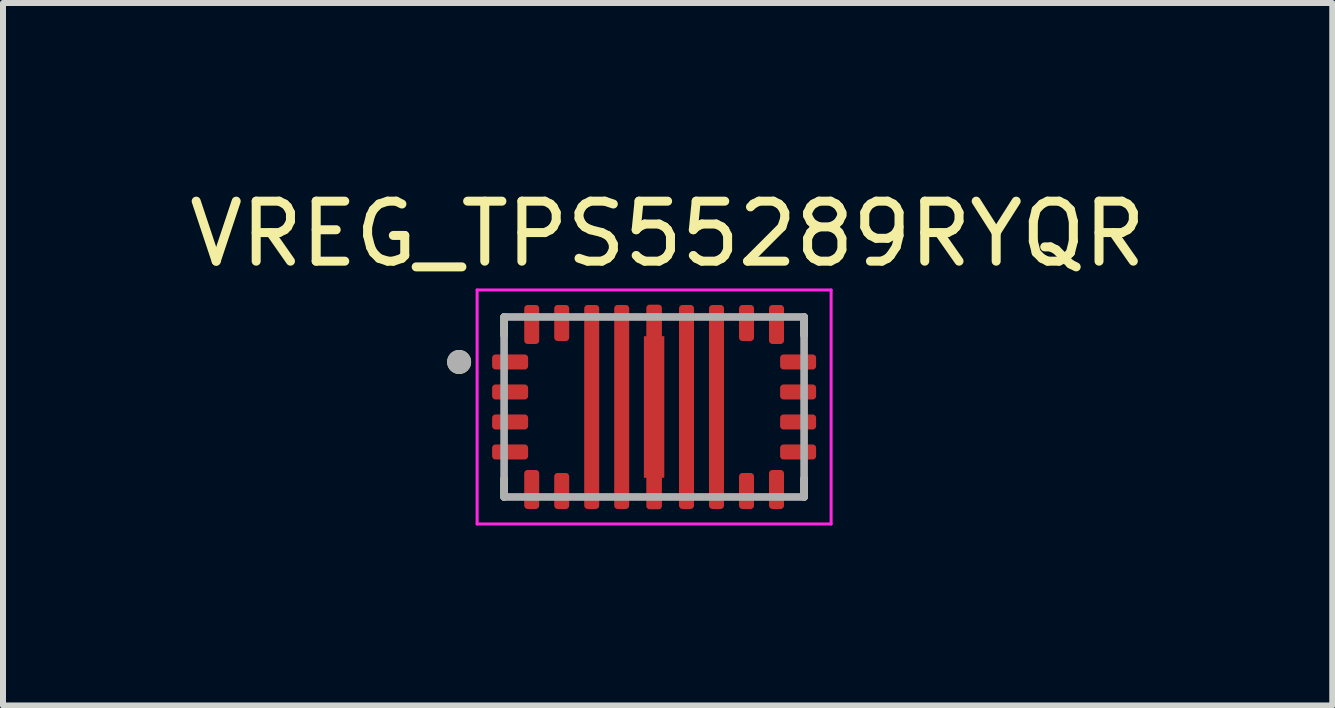
<source format=kicad_pcb>
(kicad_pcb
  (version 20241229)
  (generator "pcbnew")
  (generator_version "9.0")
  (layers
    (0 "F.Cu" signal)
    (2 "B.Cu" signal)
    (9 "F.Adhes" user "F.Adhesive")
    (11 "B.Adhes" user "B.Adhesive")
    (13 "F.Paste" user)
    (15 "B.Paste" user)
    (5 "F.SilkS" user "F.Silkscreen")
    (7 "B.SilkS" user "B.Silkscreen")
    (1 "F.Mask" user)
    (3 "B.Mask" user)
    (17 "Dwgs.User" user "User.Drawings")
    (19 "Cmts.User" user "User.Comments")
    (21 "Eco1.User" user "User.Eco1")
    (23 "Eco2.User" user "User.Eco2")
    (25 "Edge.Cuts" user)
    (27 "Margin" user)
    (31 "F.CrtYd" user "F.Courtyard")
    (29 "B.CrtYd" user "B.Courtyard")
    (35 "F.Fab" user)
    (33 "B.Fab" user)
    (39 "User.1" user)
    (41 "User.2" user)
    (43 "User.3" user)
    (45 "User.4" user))
  (footprint "VREG_TPS55289RYQR"
    (layer "F.Cu")
    (at 7.852 3.733)
    (property "Reference" "VREG_TPS55289RYQR" (at 0.225 -2.885 0) (layer "F.SilkS") (effects (font (size 1 1) (thickness 0.15))))
    (attr smd)
    (fp_poly (pts (xy -2.115 -0.98) (xy -1.965 -0.98) (xy -1.959 -0.98) (xy -1.952 -0.981) (xy -1.946 -0.981) (xy -1.94 -0.983) (xy -1.934 -0.984) (xy -1.928 -0.986) (xy -1.922 -0.988) (xy -1.916 -0.99) (xy -1.911 -0.993) (xy -1.905 -0.996) (xy -1.9 -0.999) (xy -1.894 -1.003) (xy -1.889 -1.007) (xy -1.885 -1.011) (xy -1.88 -1.015) (xy -1.876 -1.02) (xy -1.872 -1.024) (xy -1.868 -1.029) (xy -1.864 -1.035) (xy -1.861 -1.04) (xy -1.858 -1.046) (xy -1.855 -1.051) (xy -1.853 -1.057) (xy -1.851 -1.063) (xy -1.849 -1.069) (xy -1.848 -1.075) (xy -1.846 -1.081) (xy -1.846 -1.087) (xy -1.845 -1.094) (xy -1.845 -1.1) (xy -1.845 -1.65) (xy -1.845 -1.656) (xy -1.846 -1.663) (xy -1.846 -1.669) (xy -1.848 -1.675) (xy -1.849 -1.681) (xy -1.851 -1.687) (xy -1.853 -1.693) (xy -1.855 -1.699) (xy -1.858 -1.704) (xy -1.861 -1.71) (xy -1.864 -1.715) (xy -1.868 -1.721) (xy -1.872 -1.726) (xy -1.876 -1.73) (xy -1.88 -1.735) (xy -1.885 -1.739) (xy -1.889 -1.743) (xy -1.894 -1.747) (xy -1.9 -1.751) (xy -1.905 -1.754) (xy -1.911 -1.757) (xy -1.916 -1.76) (xy -1.922 -1.762) (xy -1.928 -1.764) (xy -1.934 -1.766) (xy -1.94 -1.767) (xy -1.946 -1.769) (xy -1.952 -1.769) (xy -1.959 -1.77) (xy -1.965 -1.77) (xy -2.115 -1.77) (xy -2.121 -1.77) (xy -2.128 -1.769) (xy -2.134 -1.769) (xy -2.14 -1.767) (xy -2.146 -1.766) (xy -2.152 -1.764) (xy -2.158 -1.762) (xy -2.164 -1.76) (xy -2.169 -1.757) (xy -2.175 -1.754) (xy -2.18 -1.751) (xy -2.186 -1.747) (xy -2.191 -1.743) (xy -2.195 -1.739) (xy -2.2 -1.735) (xy -2.204 -1.73) (xy -2.208 -1.726) (xy -2.212 -1.721) (xy -2.216 -1.715) (xy -2.219 -1.71) (xy -2.222 -1.704) (xy -2.225 -1.699) (xy -2.227 -1.693) (xy -2.229 -1.687) (xy -2.231 -1.681) (xy -2.232 -1.675) (xy -2.234 -1.669) (xy -2.234 -1.663) (xy -2.235 -1.656) (xy -2.235 -1.65) (xy -2.235 -1.1) (xy -2.235 -1.094) (xy -2.234 -1.087) (xy -2.234 -1.081) (xy -2.232 -1.075) (xy -2.231 -1.069) (xy -2.229 -1.063) (xy -2.227 -1.057) (xy -2.225 -1.051) (xy -2.222 -1.046) (xy -2.219 -1.04) (xy -2.216 -1.035) (xy -2.212 -1.029) (xy -2.208 -1.024) (xy -2.204 -1.02) (xy -2.2 -1.015) (xy -2.195 -1.011) (xy -2.191 -1.007) (xy -2.186 -1.003) (xy -2.18 -0.999) (xy -2.175 -0.996) (xy -2.169 -0.993) (xy -2.164 -0.99) (xy -2.158 -0.988) (xy -2.152 -0.986) (xy -2.146 -0.984) (xy -2.14 -0.983) (xy -2.134 -0.981) (xy -2.128 -0.981) (xy -2.121 -0.98) (xy -2.115 -0.98)) (stroke (width 0.01) (type solid)) (fill yes) (layer "F.Mask"))
    (fp_poly (pts (xy -2.115 0.98) (xy -1.965 0.98) (xy -1.959 0.98) (xy -1.952 0.981) (xy -1.946 0.981) (xy -1.94 0.983) (xy -1.934 0.984) (xy -1.928 0.986) (xy -1.922 0.988) (xy -1.916 0.99) (xy -1.911 0.993) (xy -1.905 0.996) (xy -1.9 0.999) (xy -1.894 1.003) (xy -1.889 1.007) (xy -1.885 1.011) (xy -1.88 1.015) (xy -1.876 1.02) (xy -1.872 1.024) (xy -1.868 1.029) (xy -1.864 1.035) (xy -1.861 1.04) (xy -1.858 1.046) (xy -1.855 1.051) (xy -1.853 1.057) (xy -1.851 1.063) (xy -1.849 1.069) (xy -1.848 1.075) (xy -1.846 1.081) (xy -1.846 1.087) (xy -1.845 1.094) (xy -1.845 1.1) (xy -1.845 1.65) (xy -1.845 1.656) (xy -1.846 1.663) (xy -1.846 1.669) (xy -1.848 1.675) (xy -1.849 1.681) (xy -1.851 1.687) (xy -1.853 1.693) (xy -1.855 1.699) (xy -1.858 1.704) (xy -1.861 1.71) (xy -1.864 1.715) (xy -1.868 1.721) (xy -1.872 1.726) (xy -1.876 1.73) (xy -1.88 1.735) (xy -1.885 1.739) (xy -1.889 1.743) (xy -1.894 1.747) (xy -1.9 1.751) (xy -1.905 1.754) (xy -1.911 1.757) (xy -1.916 1.76) (xy -1.922 1.762) (xy -1.928 1.764) (xy -1.934 1.766) (xy -1.94 1.767) (xy -1.946 1.769) (xy -1.952 1.769) (xy -1.959 1.77) (xy -1.965 1.77) (xy -2.115 1.77) (xy -2.121 1.77) (xy -2.128 1.769) (xy -2.134 1.769) (xy -2.14 1.767) (xy -2.146 1.766) (xy -2.152 1.764) (xy -2.158 1.762) (xy -2.164 1.76) (xy -2.169 1.757) (xy -2.175 1.754) (xy -2.18 1.751) (xy -2.186 1.747) (xy -2.191 1.743) (xy -2.195 1.739) (xy -2.2 1.735) (xy -2.204 1.73) (xy -2.208 1.726) (xy -2.212 1.721) (xy -2.216 1.715) (xy -2.219 1.71) (xy -2.222 1.704) (xy -2.225 1.699) (xy -2.227 1.693) (xy -2.229 1.687) (xy -2.231 1.681) (xy -2.232 1.675) (xy -2.234 1.669) (xy -2.234 1.663) (xy -2.235 1.656) (xy -2.235 1.65) (xy -2.235 1.1) (xy -2.235 1.094) (xy -2.234 1.087) (xy -2.234 1.081) (xy -2.232 1.075) (xy -2.231 1.069) (xy -2.229 1.063) (xy -2.227 1.057) (xy -2.225 1.051) (xy -2.222 1.046) (xy -2.219 1.04) (xy -2.216 1.035) (xy -2.212 1.029) (xy -2.208 1.024) (xy -2.204 1.02) (xy -2.2 1.015) (xy -2.195 1.011) (xy -2.191 1.007) (xy -2.186 1.003) (xy -2.18 0.999) (xy -2.175 0.996) (xy -2.169 0.993) (xy -2.164 0.99) (xy -2.158 0.988) (xy -2.152 0.986) (xy -2.146 0.984) (xy -2.14 0.983) (xy -2.134 0.981) (xy -2.128 0.981) (xy -2.121 0.98) (xy -2.115 0.98)) (stroke (width 0.01) (type solid)) (fill yes) (layer "F.Mask"))
    (fp_poly (pts (xy -2.03 -0.825) (xy -2.03 -0.675) (xy -2.03 -0.669) (xy -2.031 -0.662) (xy -2.031 -0.656) (xy -2.033 -0.65) (xy -2.034 -0.644) (xy -2.036 -0.638) (xy -2.038 -0.632) (xy -2.04 -0.626) (xy -2.043 -0.621) (xy -2.046 -0.615) (xy -2.049 -0.61) (xy -2.053 -0.604) (xy -2.057 -0.599) (xy -2.061 -0.595) (xy -2.065 -0.59) (xy -2.07 -0.586) (xy -2.074 -0.582) (xy -2.079 -0.578) (xy -2.085 -0.574) (xy -2.09 -0.571) (xy -2.096 -0.568) (xy -2.101 -0.565) (xy -2.107 -0.563) (xy -2.113 -0.561) (xy -2.119 -0.559) (xy -2.125 -0.558) (xy -2.131 -0.556) (xy -2.137 -0.556) (xy -2.144 -0.555) (xy -2.15 -0.555) (xy -2.65 -0.555) (xy -2.656 -0.555) (xy -2.663 -0.556) (xy -2.669 -0.556) (xy -2.675 -0.558) (xy -2.681 -0.559) (xy -2.687 -0.561) (xy -2.693 -0.563) (xy -2.699 -0.565) (xy -2.704 -0.568) (xy -2.71 -0.571) (xy -2.715 -0.574) (xy -2.721 -0.578) (xy -2.726 -0.582) (xy -2.73 -0.586) (xy -2.735 -0.59) (xy -2.739 -0.595) (xy -2.743 -0.599) (xy -2.747 -0.604) (xy -2.751 -0.61) (xy -2.754 -0.615) (xy -2.757 -0.621) (xy -2.76 -0.626) (xy -2.762 -0.632) (xy -2.764 -0.638) (xy -2.766 -0.644) (xy -2.767 -0.65) (xy -2.769 -0.656) (xy -2.769 -0.662) (xy -2.77 -0.669) (xy -2.77 -0.675) (xy -2.77 -0.825) (xy -2.77 -0.831) (xy -2.769 -0.838) (xy -2.769 -0.844) (xy -2.767 -0.85) (xy -2.766 -0.856) (xy -2.764 -0.862) (xy -2.762 -0.868) (xy -2.76 -0.874) (xy -2.757 -0.879) (xy -2.754 -0.885) (xy -2.751 -0.89) (xy -2.747 -0.896) (xy -2.743 -0.901) (xy -2.739 -0.905) (xy -2.735 -0.91) (xy -2.73 -0.914) (xy -2.726 -0.918) (xy -2.721 -0.922) (xy -2.715 -0.926) (xy -2.71 -0.929) (xy -2.704 -0.932) (xy -2.699 -0.935) (xy -2.693 -0.937) (xy -2.687 -0.939) (xy -2.681 -0.941) (xy -2.675 -0.942) (xy -2.669 -0.944) (xy -2.663 -0.944) (xy -2.656 -0.945) (xy -2.65 -0.945) (xy -2.15 -0.945) (xy -2.144 -0.945) (xy -2.137 -0.944) (xy -2.131 -0.944) (xy -2.125 -0.942) (xy -2.119 -0.941) (xy -2.113 -0.939) (xy -2.107 -0.937) (xy -2.101 -0.935) (xy -2.096 -0.932) (xy -2.09 -0.929) (xy -2.085 -0.926) (xy -2.079 -0.922) (xy -2.074 -0.918) (xy -2.07 -0.914) (xy -2.065 -0.91) (xy -2.061 -0.905) (xy -2.057 -0.901) (xy -2.053 -0.896) (xy -2.049 -0.89) (xy -2.046 -0.885) (xy -2.043 -0.879) (xy -2.04 -0.874) (xy -2.038 -0.868) (xy -2.036 -0.862) (xy -2.034 -0.856) (xy -2.033 -0.85) (xy -2.031 -0.844) (xy -2.031 -0.838) (xy -2.03 -0.831) (xy -2.03 -0.825)) (stroke (width 0.01) (type solid)) (fill yes) (layer "F.Mask"))
    (fp_poly (pts (xy -2.03 -0.325) (xy -2.03 -0.175) (xy -2.03 -0.169) (xy -2.031 -0.162) (xy -2.031 -0.156) (xy -2.033 -0.15) (xy -2.034 -0.144) (xy -2.036 -0.138) (xy -2.038 -0.132) (xy -2.04 -0.126) (xy -2.043 -0.121) (xy -2.046 -0.115) (xy -2.049 -0.11) (xy -2.053 -0.104) (xy -2.057 -0.099) (xy -2.061 -0.095) (xy -2.065 -0.09) (xy -2.07 -0.086) (xy -2.074 -0.082) (xy -2.079 -0.078) (xy -2.085 -0.074) (xy -2.09 -0.071) (xy -2.096 -0.068) (xy -2.101 -0.065) (xy -2.107 -0.063) (xy -2.113 -0.061) (xy -2.119 -0.059) (xy -2.125 -0.058) (xy -2.131 -0.056) (xy -2.137 -0.056) (xy -2.144 -0.055) (xy -2.15 -0.055) (xy -2.65 -0.055) (xy -2.656 -0.055) (xy -2.663 -0.056) (xy -2.669 -0.056) (xy -2.675 -0.058) (xy -2.681 -0.059) (xy -2.687 -0.061) (xy -2.693 -0.063) (xy -2.699 -0.065) (xy -2.704 -0.068) (xy -2.71 -0.071) (xy -2.715 -0.074) (xy -2.721 -0.078) (xy -2.726 -0.082) (xy -2.73 -0.086) (xy -2.735 -0.09) (xy -2.739 -0.095) (xy -2.743 -0.099) (xy -2.747 -0.104) (xy -2.751 -0.11) (xy -2.754 -0.115) (xy -2.757 -0.121) (xy -2.76 -0.126) (xy -2.762 -0.132) (xy -2.764 -0.138) (xy -2.766 -0.144) (xy -2.767 -0.15) (xy -2.769 -0.156) (xy -2.769 -0.162) (xy -2.77 -0.169) (xy -2.77 -0.175) (xy -2.77 -0.325) (xy -2.77 -0.331) (xy -2.769 -0.338) (xy -2.769 -0.344) (xy -2.767 -0.35) (xy -2.766 -0.356) (xy -2.764 -0.362) (xy -2.762 -0.368) (xy -2.76 -0.374) (xy -2.757 -0.379) (xy -2.754 -0.385) (xy -2.751 -0.39) (xy -2.747 -0.396) (xy -2.743 -0.401) (xy -2.739 -0.405) (xy -2.735 -0.41) (xy -2.73 -0.414) (xy -2.726 -0.418) (xy -2.721 -0.422) (xy -2.715 -0.426) (xy -2.71 -0.429) (xy -2.704 -0.432) (xy -2.699 -0.435) (xy -2.693 -0.437) (xy -2.687 -0.439) (xy -2.681 -0.441) (xy -2.675 -0.442) (xy -2.669 -0.444) (xy -2.663 -0.444) (xy -2.656 -0.445) (xy -2.65 -0.445) (xy -2.15 -0.445) (xy -2.144 -0.445) (xy -2.137 -0.444) (xy -2.131 -0.444) (xy -2.125 -0.442) (xy -2.119 -0.441) (xy -2.113 -0.439) (xy -2.107 -0.437) (xy -2.101 -0.435) (xy -2.096 -0.432) (xy -2.09 -0.429) (xy -2.085 -0.426) (xy -2.079 -0.422) (xy -2.074 -0.418) (xy -2.07 -0.414) (xy -2.065 -0.41) (xy -2.061 -0.405) (xy -2.057 -0.401) (xy -2.053 -0.396) (xy -2.049 -0.39) (xy -2.046 -0.385) (xy -2.043 -0.379) (xy -2.04 -0.374) (xy -2.038 -0.368) (xy -2.036 -0.362) (xy -2.034 -0.356) (xy -2.033 -0.35) (xy -2.031 -0.344) (xy -2.031 -0.338) (xy -2.03 -0.331) (xy -2.03 -0.325)) (stroke (width 0.01) (type solid)) (fill yes) (layer "F.Mask"))
    (fp_poly (pts (xy -2.03 0.175) (xy -2.03 0.325) (xy -2.03 0.331) (xy -2.031 0.338) (xy -2.031 0.344) (xy -2.033 0.35) (xy -2.034 0.356) (xy -2.036 0.362) (xy -2.038 0.368) (xy -2.04 0.374) (xy -2.043 0.379) (xy -2.046 0.385) (xy -2.049 0.39) (xy -2.053 0.396) (xy -2.057 0.401) (xy -2.061 0.405) (xy -2.065 0.41) (xy -2.07 0.414) (xy -2.074 0.418) (xy -2.079 0.422) (xy -2.085 0.426) (xy -2.09 0.429) (xy -2.096 0.432) (xy -2.101 0.435) (xy -2.107 0.437) (xy -2.113 0.439) (xy -2.119 0.441) (xy -2.125 0.442) (xy -2.131 0.444) (xy -2.137 0.444) (xy -2.144 0.445) (xy -2.15 0.445) (xy -2.65 0.445) (xy -2.656 0.445) (xy -2.663 0.444) (xy -2.669 0.444) (xy -2.675 0.442) (xy -2.681 0.441) (xy -2.687 0.439) (xy -2.693 0.437) (xy -2.699 0.435) (xy -2.704 0.432) (xy -2.71 0.429) (xy -2.715 0.426) (xy -2.721 0.422) (xy -2.726 0.418) (xy -2.73 0.414) (xy -2.735 0.41) (xy -2.739 0.405) (xy -2.743 0.401) (xy -2.747 0.396) (xy -2.751 0.39) (xy -2.754 0.385) (xy -2.757 0.379) (xy -2.76 0.374) (xy -2.762 0.368) (xy -2.764 0.362) (xy -2.766 0.356) (xy -2.767 0.35) (xy -2.769 0.344) (xy -2.769 0.338) (xy -2.77 0.331) (xy -2.77 0.325) (xy -2.77 0.175) (xy -2.77 0.169) (xy -2.769 0.162) (xy -2.769 0.156) (xy -2.767 0.15) (xy -2.766 0.144) (xy -2.764 0.138) (xy -2.762 0.132) (xy -2.76 0.126) (xy -2.757 0.121) (xy -2.754 0.115) (xy -2.751 0.11) (xy -2.747 0.104) (xy -2.743 0.099) (xy -2.739 0.095) (xy -2.735 0.09) (xy -2.73 0.086) (xy -2.726 0.082) (xy -2.721 0.078) (xy -2.715 0.074) (xy -2.71 0.071) (xy -2.704 0.068) (xy -2.699 0.065) (xy -2.693 0.063) (xy -2.687 0.061) (xy -2.681 0.059) (xy -2.675 0.058) (xy -2.669 0.056) (xy -2.663 0.056) (xy -2.656 0.055) (xy -2.65 0.055) (xy -2.15 0.055) (xy -2.144 0.055) (xy -2.137 0.056) (xy -2.131 0.056) (xy -2.125 0.058) (xy -2.119 0.059) (xy -2.113 0.061) (xy -2.107 0.063) (xy -2.101 0.065) (xy -2.096 0.068) (xy -2.09 0.071) (xy -2.085 0.074) (xy -2.079 0.078) (xy -2.074 0.082) (xy -2.07 0.086) (xy -2.065 0.09) (xy -2.061 0.095) (xy -2.057 0.099) (xy -2.053 0.104) (xy -2.049 0.11) (xy -2.046 0.115) (xy -2.043 0.121) (xy -2.04 0.126) (xy -2.038 0.132) (xy -2.036 0.138) (xy -2.034 0.144) (xy -2.033 0.15) (xy -2.031 0.156) (xy -2.031 0.162) (xy -2.03 0.169) (xy -2.03 0.175)) (stroke (width 0.01) (type solid)) (fill yes) (layer "F.Mask"))
    (fp_poly (pts (xy -2.03 0.675) (xy -2.03 0.825) (xy -2.03 0.831) (xy -2.031 0.838) (xy -2.031 0.844) (xy -2.033 0.85) (xy -2.034 0.856) (xy -2.036 0.862) (xy -2.038 0.868) (xy -2.04 0.874) (xy -2.043 0.879) (xy -2.046 0.885) (xy -2.049 0.89) (xy -2.053 0.896) (xy -2.057 0.901) (xy -2.061 0.905) (xy -2.065 0.91) (xy -2.07 0.914) (xy -2.074 0.918) (xy -2.079 0.922) (xy -2.085 0.926) (xy -2.09 0.929) (xy -2.096 0.932) (xy -2.101 0.935) (xy -2.107 0.937) (xy -2.113 0.939) (xy -2.119 0.941) (xy -2.125 0.942) (xy -2.131 0.944) (xy -2.137 0.944) (xy -2.144 0.945) (xy -2.15 0.945) (xy -2.65 0.945) (xy -2.656 0.945) (xy -2.663 0.944) (xy -2.669 0.944) (xy -2.675 0.942) (xy -2.681 0.941) (xy -2.687 0.939) (xy -2.693 0.937) (xy -2.699 0.935) (xy -2.704 0.932) (xy -2.71 0.929) (xy -2.715 0.926) (xy -2.721 0.922) (xy -2.726 0.918) (xy -2.73 0.914) (xy -2.735 0.91) (xy -2.739 0.905) (xy -2.743 0.901) (xy -2.747 0.896) (xy -2.751 0.89) (xy -2.754 0.885) (xy -2.757 0.879) (xy -2.76 0.874) (xy -2.762 0.868) (xy -2.764 0.862) (xy -2.766 0.856) (xy -2.767 0.85) (xy -2.769 0.844) (xy -2.769 0.838) (xy -2.77 0.831) (xy -2.77 0.825) (xy -2.77 0.675) (xy -2.77 0.669) (xy -2.769 0.662) (xy -2.769 0.656) (xy -2.767 0.65) (xy -2.766 0.644) (xy -2.764 0.638) (xy -2.762 0.632) (xy -2.76 0.626) (xy -2.757 0.621) (xy -2.754 0.615) (xy -2.751 0.61) (xy -2.747 0.604) (xy -2.743 0.599) (xy -2.739 0.595) (xy -2.735 0.59) (xy -2.73 0.586) (xy -2.726 0.582) (xy -2.721 0.578) (xy -2.715 0.574) (xy -2.71 0.571) (xy -2.704 0.568) (xy -2.699 0.565) (xy -2.693 0.563) (xy -2.687 0.561) (xy -2.681 0.559) (xy -2.675 0.558) (xy -2.669 0.556) (xy -2.663 0.556) (xy -2.656 0.555) (xy -2.65 0.555) (xy -2.15 0.555) (xy -2.144 0.555) (xy -2.137 0.556) (xy -2.131 0.556) (xy -2.125 0.558) (xy -2.119 0.559) (xy -2.113 0.561) (xy -2.107 0.563) (xy -2.101 0.565) (xy -2.096 0.568) (xy -2.09 0.571) (xy -2.085 0.574) (xy -2.079 0.578) (xy -2.074 0.582) (xy -2.07 0.586) (xy -2.065 0.59) (xy -2.061 0.595) (xy -2.057 0.599) (xy -2.053 0.604) (xy -2.049 0.61) (xy -2.046 0.615) (xy -2.043 0.621) (xy -2.04 0.626) (xy -2.038 0.632) (xy -2.036 0.638) (xy -2.034 0.644) (xy -2.033 0.65) (xy -2.031 0.656) (xy -2.031 0.662) (xy -2.03 0.669) (xy -2.03 0.675)) (stroke (width 0.01) (type solid)) (fill yes) (layer "F.Mask"))
    (fp_poly (pts (xy -1.615 -1.03) (xy -1.465 -1.03) (xy -1.459 -1.03) (xy -1.452 -1.031) (xy -1.446 -1.031) (xy -1.44 -1.033) (xy -1.434 -1.034) (xy -1.428 -1.036) (xy -1.422 -1.038) (xy -1.416 -1.04) (xy -1.411 -1.043) (xy -1.405 -1.046) (xy -1.4 -1.049) (xy -1.394 -1.053) (xy -1.389 -1.057) (xy -1.385 -1.061) (xy -1.38 -1.065) (xy -1.376 -1.07) (xy -1.372 -1.074) (xy -1.368 -1.079) (xy -1.364 -1.085) (xy -1.361 -1.09) (xy -1.358 -1.096) (xy -1.355 -1.101) (xy -1.353 -1.107) (xy -1.351 -1.113) (xy -1.349 -1.119) (xy -1.348 -1.125) (xy -1.346 -1.131) (xy -1.346 -1.137) (xy -1.345 -1.144) (xy -1.345 -1.15) (xy -1.345 -1.65) (xy -1.345 -1.656) (xy -1.346 -1.663) (xy -1.346 -1.669) (xy -1.348 -1.675) (xy -1.349 -1.681) (xy -1.351 -1.687) (xy -1.353 -1.693) (xy -1.355 -1.699) (xy -1.358 -1.704) (xy -1.361 -1.71) (xy -1.364 -1.715) (xy -1.368 -1.721) (xy -1.372 -1.726) (xy -1.376 -1.73) (xy -1.38 -1.735) (xy -1.385 -1.739) (xy -1.389 -1.743) (xy -1.394 -1.747) (xy -1.4 -1.751) (xy -1.405 -1.754) (xy -1.411 -1.757) (xy -1.416 -1.76) (xy -1.422 -1.762) (xy -1.428 -1.764) (xy -1.434 -1.766) (xy -1.44 -1.767) (xy -1.446 -1.769) (xy -1.452 -1.769) (xy -1.459 -1.77) (xy -1.465 -1.77) (xy -1.615 -1.77) (xy -1.621 -1.77) (xy -1.628 -1.769) (xy -1.634 -1.769) (xy -1.64 -1.767) (xy -1.646 -1.766) (xy -1.652 -1.764) (xy -1.658 -1.762) (xy -1.664 -1.76) (xy -1.669 -1.757) (xy -1.675 -1.754) (xy -1.68 -1.751) (xy -1.686 -1.747) (xy -1.691 -1.743) (xy -1.695 -1.739) (xy -1.7 -1.735) (xy -1.704 -1.73) (xy -1.708 -1.726) (xy -1.712 -1.721) (xy -1.716 -1.715) (xy -1.719 -1.71) (xy -1.722 -1.704) (xy -1.725 -1.699) (xy -1.727 -1.693) (xy -1.729 -1.687) (xy -1.731 -1.681) (xy -1.732 -1.675) (xy -1.734 -1.669) (xy -1.734 -1.663) (xy -1.735 -1.656) (xy -1.735 -1.65) (xy -1.735 -1.15) (xy -1.735 -1.144) (xy -1.734 -1.137) (xy -1.734 -1.131) (xy -1.732 -1.125) (xy -1.731 -1.119) (xy -1.729 -1.113) (xy -1.727 -1.107) (xy -1.725 -1.101) (xy -1.722 -1.096) (xy -1.719 -1.09) (xy -1.716 -1.085) (xy -1.712 -1.079) (xy -1.708 -1.074) (xy -1.704 -1.07) (xy -1.7 -1.065) (xy -1.695 -1.061) (xy -1.691 -1.057) (xy -1.686 -1.053) (xy -1.68 -1.049) (xy -1.675 -1.046) (xy -1.669 -1.043) (xy -1.664 -1.04) (xy -1.658 -1.038) (xy -1.652 -1.036) (xy -1.646 -1.034) (xy -1.64 -1.033) (xy -1.634 -1.031) (xy -1.628 -1.031) (xy -1.621 -1.03) (xy -1.615 -1.03)) (stroke (width 0.01) (type solid)) (fill yes) (layer "F.Mask"))
    (fp_poly (pts (xy -1.615 1.03) (xy -1.465 1.03) (xy -1.459 1.03) (xy -1.452 1.031) (xy -1.446 1.031) (xy -1.44 1.033) (xy -1.434 1.034) (xy -1.428 1.036) (xy -1.422 1.038) (xy -1.416 1.04) (xy -1.411 1.043) (xy -1.405 1.046) (xy -1.4 1.049) (xy -1.394 1.053) (xy -1.389 1.057) (xy -1.385 1.061) (xy -1.38 1.065) (xy -1.376 1.07) (xy -1.372 1.074) (xy -1.368 1.079) (xy -1.364 1.085) (xy -1.361 1.09) (xy -1.358 1.096) (xy -1.355 1.101) (xy -1.353 1.107) (xy -1.351 1.113) (xy -1.349 1.119) (xy -1.348 1.125) (xy -1.346 1.131) (xy -1.346 1.137) (xy -1.345 1.144) (xy -1.345 1.15) (xy -1.345 1.65) (xy -1.345 1.656) (xy -1.346 1.663) (xy -1.346 1.669) (xy -1.348 1.675) (xy -1.349 1.681) (xy -1.351 1.687) (xy -1.353 1.693) (xy -1.355 1.699) (xy -1.358 1.704) (xy -1.361 1.71) (xy -1.364 1.715) (xy -1.368 1.721) (xy -1.372 1.726) (xy -1.376 1.73) (xy -1.38 1.735) (xy -1.385 1.739) (xy -1.389 1.743) (xy -1.394 1.747) (xy -1.4 1.751) (xy -1.405 1.754) (xy -1.411 1.757) (xy -1.416 1.76) (xy -1.422 1.762) (xy -1.428 1.764) (xy -1.434 1.766) (xy -1.44 1.767) (xy -1.446 1.769) (xy -1.452 1.769) (xy -1.459 1.77) (xy -1.465 1.77) (xy -1.615 1.77) (xy -1.621 1.77) (xy -1.628 1.769) (xy -1.634 1.769) (xy -1.64 1.767) (xy -1.646 1.766) (xy -1.652 1.764) (xy -1.658 1.762) (xy -1.664 1.76) (xy -1.669 1.757) (xy -1.675 1.754) (xy -1.68 1.751) (xy -1.686 1.747) (xy -1.691 1.743) (xy -1.695 1.739) (xy -1.7 1.735) (xy -1.704 1.73) (xy -1.708 1.726) (xy -1.712 1.721) (xy -1.716 1.715) (xy -1.719 1.71) (xy -1.722 1.704) (xy -1.725 1.699) (xy -1.727 1.693) (xy -1.729 1.687) (xy -1.731 1.681) (xy -1.732 1.675) (xy -1.734 1.669) (xy -1.734 1.663) (xy -1.735 1.656) (xy -1.735 1.65) (xy -1.735 1.15) (xy -1.735 1.144) (xy -1.734 1.137) (xy -1.734 1.131) (xy -1.732 1.125) (xy -1.731 1.119) (xy -1.729 1.113) (xy -1.727 1.107) (xy -1.725 1.101) (xy -1.722 1.096) (xy -1.719 1.09) (xy -1.716 1.085) (xy -1.712 1.079) (xy -1.708 1.074) (xy -1.704 1.07) (xy -1.7 1.065) (xy -1.695 1.061) (xy -1.691 1.057) (xy -1.686 1.053) (xy -1.68 1.049) (xy -1.675 1.046) (xy -1.669 1.043) (xy -1.664 1.04) (xy -1.658 1.038) (xy -1.652 1.036) (xy -1.646 1.034) (xy -1.64 1.033) (xy -1.634 1.031) (xy -1.628 1.031) (xy -1.621 1.03) (xy -1.615 1.03)) (stroke (width 0.01) (type solid)) (fill yes) (layer "F.Mask"))
    (fp_poly (pts (xy -1.235 1.65) (xy -1.235 -1.65) (xy -1.235 -1.656) (xy -1.234 -1.663) (xy -1.234 -1.669) (xy -1.232 -1.675) (xy -1.231 -1.681) (xy -1.229 -1.687) (xy -1.227 -1.693) (xy -1.225 -1.699) (xy -1.222 -1.704) (xy -1.219 -1.71) (xy -1.216 -1.715) (xy -1.212 -1.721) (xy -1.208 -1.726) (xy -1.204 -1.73) (xy -1.2 -1.735) (xy -1.195 -1.739) (xy -1.191 -1.743) (xy -1.186 -1.747) (xy -1.18 -1.751) (xy -1.175 -1.754) (xy -1.169 -1.757) (xy -1.164 -1.76) (xy -1.158 -1.762) (xy -1.152 -1.764) (xy -1.146 -1.766) (xy -1.14 -1.767) (xy -1.134 -1.769) (xy -1.128 -1.769) (xy -1.121 -1.77) (xy -1.115 -1.77) (xy -0.965 -1.77) (xy -0.959 -1.77) (xy -0.952 -1.769) (xy -0.946 -1.769) (xy -0.94 -1.767) (xy -0.934 -1.766) (xy -0.928 -1.764) (xy -0.922 -1.762) (xy -0.916 -1.76) (xy -0.911 -1.757) (xy -0.905 -1.754) (xy -0.9 -1.751) (xy -0.894 -1.747) (xy -0.889 -1.743) (xy -0.885 -1.739) (xy -0.88 -1.735) (xy -0.876 -1.73) (xy -0.872 -1.726) (xy -0.868 -1.721) (xy -0.864 -1.715) (xy -0.861 -1.71) (xy -0.858 -1.704) (xy -0.855 -1.699) (xy -0.853 -1.693) (xy -0.851 -1.687) (xy -0.849 -1.681) (xy -0.848 -1.675) (xy -0.846 -1.669) (xy -0.846 -1.663) (xy -0.845 -1.656) (xy -0.845 -1.65) (xy -0.845 1.65) (xy -0.845 1.656) (xy -0.846 1.663) (xy -0.846 1.669) (xy -0.848 1.675) (xy -0.849 1.681) (xy -0.851 1.687) (xy -0.853 1.693) (xy -0.855 1.699) (xy -0.858 1.704) (xy -0.861 1.71) (xy -0.864 1.715) (xy -0.868 1.721) (xy -0.872 1.726) (xy -0.876 1.73) (xy -0.88 1.735) (xy -0.885 1.739) (xy -0.889 1.743) (xy -0.894 1.747) (xy -0.9 1.751) (xy -0.905 1.754) (xy -0.911 1.757) (xy -0.916 1.76) (xy -0.922 1.762) (xy -0.928 1.764) (xy -0.934 1.766) (xy -0.94 1.767) (xy -0.946 1.769) (xy -0.952 1.769) (xy -0.959 1.77) (xy -0.965 1.77) (xy -1.115 1.77) (xy -1.121 1.77) (xy -1.128 1.769) (xy -1.134 1.769) (xy -1.14 1.767) (xy -1.146 1.766) (xy -1.152 1.764) (xy -1.158 1.762) (xy -1.164 1.76) (xy -1.169 1.757) (xy -1.175 1.754) (xy -1.18 1.751) (xy -1.186 1.747) (xy -1.191 1.743) (xy -1.195 1.739) (xy -1.2 1.735) (xy -1.204 1.73) (xy -1.208 1.726) (xy -1.212 1.721) (xy -1.216 1.715) (xy -1.219 1.71) (xy -1.222 1.704) (xy -1.225 1.699) (xy -1.227 1.693) (xy -1.229 1.687) (xy -1.231 1.681) (xy -1.232 1.675) (xy -1.234 1.669) (xy -1.234 1.663) (xy -1.235 1.656) (xy -1.235 1.65)) (stroke (width 0.01) (type solid)) (fill yes) (layer "F.Mask"))
    (fp_poly (pts (xy -0.735 1.65) (xy -0.735 -1.65) (xy -0.735 -1.656) (xy -0.734 -1.663) (xy -0.734 -1.669) (xy -0.732 -1.675) (xy -0.731 -1.681) (xy -0.729 -1.687) (xy -0.727 -1.693) (xy -0.725 -1.699) (xy -0.722 -1.704) (xy -0.719 -1.71) (xy -0.716 -1.715) (xy -0.712 -1.721) (xy -0.708 -1.726) (xy -0.704 -1.73) (xy -0.7 -1.735) (xy -0.695 -1.739) (xy -0.691 -1.743) (xy -0.686 -1.747) (xy -0.68 -1.751) (xy -0.675 -1.754) (xy -0.669 -1.757) (xy -0.664 -1.76) (xy -0.658 -1.762) (xy -0.652 -1.764) (xy -0.646 -1.766) (xy -0.64 -1.767) (xy -0.634 -1.769) (xy -0.628 -1.769) (xy -0.621 -1.77) (xy -0.615 -1.77) (xy -0.465 -1.77) (xy -0.459 -1.77) (xy -0.452 -1.769) (xy -0.446 -1.769) (xy -0.44 -1.767) (xy -0.434 -1.766) (xy -0.428 -1.764) (xy -0.422 -1.762) (xy -0.416 -1.76) (xy -0.411 -1.757) (xy -0.405 -1.754) (xy -0.4 -1.751) (xy -0.394 -1.747) (xy -0.389 -1.743) (xy -0.385 -1.739) (xy -0.38 -1.735) (xy -0.376 -1.73) (xy -0.372 -1.726) (xy -0.368 -1.721) (xy -0.364 -1.715) (xy -0.361 -1.71) (xy -0.358 -1.704) (xy -0.355 -1.699) (xy -0.353 -1.693) (xy -0.351 -1.687) (xy -0.349 -1.681) (xy -0.348 -1.675) (xy -0.346 -1.669) (xy -0.346 -1.663) (xy -0.345 -1.656) (xy -0.345 -1.65) (xy -0.345 1.65) (xy -0.345 1.656) (xy -0.346 1.663) (xy -0.346 1.669) (xy -0.348 1.675) (xy -0.349 1.681) (xy -0.351 1.687) (xy -0.353 1.693) (xy -0.355 1.699) (xy -0.358 1.704) (xy -0.361 1.71) (xy -0.364 1.715) (xy -0.368 1.721) (xy -0.372 1.726) (xy -0.376 1.73) (xy -0.38 1.735) (xy -0.385 1.739) (xy -0.389 1.743) (xy -0.394 1.747) (xy -0.4 1.751) (xy -0.405 1.754) (xy -0.411 1.757) (xy -0.416 1.76) (xy -0.422 1.762) (xy -0.428 1.764) (xy -0.434 1.766) (xy -0.44 1.767) (xy -0.446 1.769) (xy -0.452 1.769) (xy -0.459 1.77) (xy -0.465 1.77) (xy -0.615 1.77) (xy -0.621 1.77) (xy -0.628 1.769) (xy -0.634 1.769) (xy -0.64 1.767) (xy -0.646 1.766) (xy -0.652 1.764) (xy -0.658 1.762) (xy -0.664 1.76) (xy -0.669 1.757) (xy -0.675 1.754) (xy -0.68 1.751) (xy -0.686 1.747) (xy -0.691 1.743) (xy -0.695 1.739) (xy -0.7 1.735) (xy -0.704 1.73) (xy -0.708 1.726) (xy -0.712 1.721) (xy -0.716 1.715) (xy -0.719 1.71) (xy -0.722 1.704) (xy -0.725 1.699) (xy -0.727 1.693) (xy -0.729 1.687) (xy -0.731 1.681) (xy -0.732 1.675) (xy -0.734 1.669) (xy -0.734 1.663) (xy -0.735 1.656) (xy -0.735 1.65)) (stroke (width 0.01) (type solid)) (fill yes) (layer "F.Mask"))
    (fp_poly (pts (xy 0.345 1.65) (xy 0.345 -1.65) (xy 0.345 -1.656) (xy 0.346 -1.663) (xy 0.346 -1.669) (xy 0.348 -1.675) (xy 0.349 -1.681) (xy 0.351 -1.687) (xy 0.353 -1.693) (xy 0.355 -1.699) (xy 0.358 -1.704) (xy 0.361 -1.71) (xy 0.364 -1.715) (xy 0.368 -1.721) (xy 0.372 -1.726) (xy 0.376 -1.73) (xy 0.38 -1.735) (xy 0.385 -1.739) (xy 0.389 -1.743) (xy 0.394 -1.747) (xy 0.4 -1.751) (xy 0.405 -1.754) (xy 0.411 -1.757) (xy 0.416 -1.76) (xy 0.422 -1.762) (xy 0.428 -1.764) (xy 0.434 -1.766) (xy 0.44 -1.767) (xy 0.446 -1.769) (xy 0.452 -1.769) (xy 0.459 -1.77) (xy 0.465 -1.77) (xy 0.615 -1.77) (xy 0.621 -1.77) (xy 0.628 -1.769) (xy 0.634 -1.769) (xy 0.64 -1.767) (xy 0.646 -1.766) (xy 0.652 -1.764) (xy 0.658 -1.762) (xy 0.664 -1.76) (xy 0.669 -1.757) (xy 0.675 -1.754) (xy 0.68 -1.751) (xy 0.686 -1.747) (xy 0.691 -1.743) (xy 0.695 -1.739) (xy 0.7 -1.735) (xy 0.704 -1.73) (xy 0.708 -1.726) (xy 0.712 -1.721) (xy 0.716 -1.715) (xy 0.719 -1.71) (xy 0.722 -1.704) (xy 0.725 -1.699) (xy 0.727 -1.693) (xy 0.729 -1.687) (xy 0.731 -1.681) (xy 0.732 -1.675) (xy 0.734 -1.669) (xy 0.734 -1.663) (xy 0.735 -1.656) (xy 0.735 -1.65) (xy 0.735 1.65) (xy 0.735 1.656) (xy 0.734 1.663) (xy 0.734 1.669) (xy 0.732 1.675) (xy 0.731 1.681) (xy 0.729 1.687) (xy 0.727 1.693) (xy 0.725 1.699) (xy 0.722 1.704) (xy 0.719 1.71) (xy 0.716 1.715) (xy 0.712 1.721) (xy 0.708 1.726) (xy 0.704 1.73) (xy 0.7 1.735) (xy 0.695 1.739) (xy 0.691 1.743) (xy 0.686 1.747) (xy 0.68 1.751) (xy 0.675 1.754) (xy 0.669 1.757) (xy 0.664 1.76) (xy 0.658 1.762) (xy 0.652 1.764) (xy 0.646 1.766) (xy 0.64 1.767) (xy 0.634 1.769) (xy 0.628 1.769) (xy 0.621 1.77) (xy 0.615 1.77) (xy 0.465 1.77) (xy 0.459 1.77) (xy 0.452 1.769) (xy 0.446 1.769) (xy 0.44 1.767) (xy 0.434 1.766) (xy 0.428 1.764) (xy 0.422 1.762) (xy 0.416 1.76) (xy 0.411 1.757) (xy 0.405 1.754) (xy 0.4 1.751) (xy 0.394 1.747) (xy 0.389 1.743) (xy 0.385 1.739) (xy 0.38 1.735) (xy 0.376 1.73) (xy 0.372 1.726) (xy 0.368 1.721) (xy 0.364 1.715) (xy 0.361 1.71) (xy 0.358 1.704) (xy 0.355 1.699) (xy 0.353 1.693) (xy 0.351 1.687) (xy 0.349 1.681) (xy 0.348 1.675) (xy 0.346 1.669) (xy 0.346 1.663) (xy 0.345 1.656) (xy 0.345 1.65)) (stroke (width 0.01) (type solid)) (fill yes) (layer "F.Mask"))
    (fp_poly (pts (xy 0.845 1.65) (xy 0.845 -1.65) (xy 0.845 -1.656) (xy 0.846 -1.663) (xy 0.846 -1.669) (xy 0.848 -1.675) (xy 0.849 -1.681) (xy 0.851 -1.687) (xy 0.853 -1.693) (xy 0.855 -1.699) (xy 0.858 -1.704) (xy 0.861 -1.71) (xy 0.864 -1.715) (xy 0.868 -1.721) (xy 0.872 -1.726) (xy 0.876 -1.73) (xy 0.88 -1.735) (xy 0.885 -1.739) (xy 0.889 -1.743) (xy 0.894 -1.747) (xy 0.9 -1.751) (xy 0.905 -1.754) (xy 0.911 -1.757) (xy 0.916 -1.76) (xy 0.922 -1.762) (xy 0.928 -1.764) (xy 0.934 -1.766) (xy 0.94 -1.767) (xy 0.946 -1.769) (xy 0.952 -1.769) (xy 0.959 -1.77) (xy 0.965 -1.77) (xy 1.115 -1.77) (xy 1.121 -1.77) (xy 1.128 -1.769) (xy 1.134 -1.769) (xy 1.14 -1.767) (xy 1.146 -1.766) (xy 1.152 -1.764) (xy 1.158 -1.762) (xy 1.164 -1.76) (xy 1.169 -1.757) (xy 1.175 -1.754) (xy 1.18 -1.751) (xy 1.186 -1.747) (xy 1.191 -1.743) (xy 1.195 -1.739) (xy 1.2 -1.735) (xy 1.204 -1.73) (xy 1.208 -1.726) (xy 1.212 -1.721) (xy 1.216 -1.715) (xy 1.219 -1.71) (xy 1.222 -1.704) (xy 1.225 -1.699) (xy 1.227 -1.693) (xy 1.229 -1.687) (xy 1.231 -1.681) (xy 1.232 -1.675) (xy 1.234 -1.669) (xy 1.234 -1.663) (xy 1.235 -1.656) (xy 1.235 -1.65) (xy 1.235 1.65) (xy 1.235 1.656) (xy 1.234 1.663) (xy 1.234 1.669) (xy 1.232 1.675) (xy 1.231 1.681) (xy 1.229 1.687) (xy 1.227 1.693) (xy 1.225 1.699) (xy 1.222 1.704) (xy 1.219 1.71) (xy 1.216 1.715) (xy 1.212 1.721) (xy 1.208 1.726) (xy 1.204 1.73) (xy 1.2 1.735) (xy 1.195 1.739) (xy 1.191 1.743) (xy 1.186 1.747) (xy 1.18 1.751) (xy 1.175 1.754) (xy 1.169 1.757) (xy 1.164 1.76) (xy 1.158 1.762) (xy 1.152 1.764) (xy 1.146 1.766) (xy 1.14 1.767) (xy 1.134 1.769) (xy 1.128 1.769) (xy 1.121 1.77) (xy 1.115 1.77) (xy 0.965 1.77) (xy 0.959 1.77) (xy 0.952 1.769) (xy 0.946 1.769) (xy 0.94 1.767) (xy 0.934 1.766) (xy 0.928 1.764) (xy 0.922 1.762) (xy 0.916 1.76) (xy 0.911 1.757) (xy 0.905 1.754) (xy 0.9 1.751) (xy 0.894 1.747) (xy 0.889 1.743) (xy 0.885 1.739) (xy 0.88 1.735) (xy 0.876 1.73) (xy 0.872 1.726) (xy 0.868 1.721) (xy 0.864 1.715) (xy 0.861 1.71) (xy 0.858 1.704) (xy 0.855 1.699) (xy 0.853 1.693) (xy 0.851 1.687) (xy 0.849 1.681) (xy 0.848 1.675) (xy 0.846 1.669) (xy 0.846 1.663) (xy 0.845 1.656) (xy 0.845 1.65)) (stroke (width 0.01) (type solid)) (fill yes) (layer "F.Mask"))
    (fp_poly (pts (xy 1.615 -1.03) (xy 1.465 -1.03) (xy 1.459 -1.03) (xy 1.452 -1.031) (xy 1.446 -1.031) (xy 1.44 -1.033) (xy 1.434 -1.034) (xy 1.428 -1.036) (xy 1.422 -1.038) (xy 1.416 -1.04) (xy 1.411 -1.043) (xy 1.405 -1.046) (xy 1.4 -1.049) (xy 1.394 -1.053) (xy 1.389 -1.057) (xy 1.385 -1.061) (xy 1.38 -1.065) (xy 1.376 -1.07) (xy 1.372 -1.074) (xy 1.368 -1.079) (xy 1.364 -1.085) (xy 1.361 -1.09) (xy 1.358 -1.096) (xy 1.355 -1.101) (xy 1.353 -1.107) (xy 1.351 -1.113) (xy 1.349 -1.119) (xy 1.348 -1.125) (xy 1.346 -1.131) (xy 1.346 -1.137) (xy 1.345 -1.144) (xy 1.345 -1.15) (xy 1.345 -1.65) (xy 1.345 -1.656) (xy 1.346 -1.663) (xy 1.346 -1.669) (xy 1.348 -1.675) (xy 1.349 -1.681) (xy 1.351 -1.687) (xy 1.353 -1.693) (xy 1.355 -1.699) (xy 1.358 -1.704) (xy 1.361 -1.71) (xy 1.364 -1.715) (xy 1.368 -1.721) (xy 1.372 -1.726) (xy 1.376 -1.73) (xy 1.38 -1.735) (xy 1.385 -1.739) (xy 1.389 -1.743) (xy 1.394 -1.747) (xy 1.4 -1.751) (xy 1.405 -1.754) (xy 1.411 -1.757) (xy 1.416 -1.76) (xy 1.422 -1.762) (xy 1.428 -1.764) (xy 1.434 -1.766) (xy 1.44 -1.767) (xy 1.446 -1.769) (xy 1.452 -1.769) (xy 1.459 -1.77) (xy 1.465 -1.77) (xy 1.615 -1.77) (xy 1.621 -1.77) (xy 1.628 -1.769) (xy 1.634 -1.769) (xy 1.64 -1.767) (xy 1.646 -1.766) (xy 1.652 -1.764) (xy 1.658 -1.762) (xy 1.664 -1.76) (xy 1.669 -1.757) (xy 1.675 -1.754) (xy 1.68 -1.751) (xy 1.686 -1.747) (xy 1.691 -1.743) (xy 1.695 -1.739) (xy 1.7 -1.735) (xy 1.704 -1.73) (xy 1.708 -1.726) (xy 1.712 -1.721) (xy 1.716 -1.715) (xy 1.719 -1.71) (xy 1.722 -1.704) (xy 1.725 -1.699) (xy 1.727 -1.693) (xy 1.729 -1.687) (xy 1.731 -1.681) (xy 1.732 -1.675) (xy 1.734 -1.669) (xy 1.734 -1.663) (xy 1.735 -1.656) (xy 1.735 -1.65) (xy 1.735 -1.15) (xy 1.735 -1.144) (xy 1.734 -1.137) (xy 1.734 -1.131) (xy 1.732 -1.125) (xy 1.731 -1.119) (xy 1.729 -1.113) (xy 1.727 -1.107) (xy 1.725 -1.101) (xy 1.722 -1.096) (xy 1.719 -1.09) (xy 1.716 -1.085) (xy 1.712 -1.079) (xy 1.708 -1.074) (xy 1.704 -1.07) (xy 1.7 -1.065) (xy 1.695 -1.061) (xy 1.691 -1.057) (xy 1.686 -1.053) (xy 1.68 -1.049) (xy 1.675 -1.046) (xy 1.669 -1.043) (xy 1.664 -1.04) (xy 1.658 -1.038) (xy 1.652 -1.036) (xy 1.646 -1.034) (xy 1.64 -1.033) (xy 1.634 -1.031) (xy 1.628 -1.031) (xy 1.621 -1.03) (xy 1.615 -1.03)) (stroke (width 0.01) (type solid)) (fill yes) (layer "F.Mask"))
    (fp_poly (pts (xy 1.615 1.03) (xy 1.465 1.03) (xy 1.459 1.03) (xy 1.452 1.031) (xy 1.446 1.031) (xy 1.44 1.033) (xy 1.434 1.034) (xy 1.428 1.036) (xy 1.422 1.038) (xy 1.416 1.04) (xy 1.411 1.043) (xy 1.405 1.046) (xy 1.4 1.049) (xy 1.394 1.053) (xy 1.389 1.057) (xy 1.385 1.061) (xy 1.38 1.065) (xy 1.376 1.07) (xy 1.372 1.074) (xy 1.368 1.079) (xy 1.364 1.085) (xy 1.361 1.09) (xy 1.358 1.096) (xy 1.355 1.101) (xy 1.353 1.107) (xy 1.351 1.113) (xy 1.349 1.119) (xy 1.348 1.125) (xy 1.346 1.131) (xy 1.346 1.137) (xy 1.345 1.144) (xy 1.345 1.15) (xy 1.345 1.65) (xy 1.345 1.656) (xy 1.346 1.663) (xy 1.346 1.669) (xy 1.348 1.675) (xy 1.349 1.681) (xy 1.351 1.687) (xy 1.353 1.693) (xy 1.355 1.699) (xy 1.358 1.704) (xy 1.361 1.71) (xy 1.364 1.715) (xy 1.368 1.721) (xy 1.372 1.726) (xy 1.376 1.73) (xy 1.38 1.735) (xy 1.385 1.739) (xy 1.389 1.743) (xy 1.394 1.747) (xy 1.4 1.751) (xy 1.405 1.754) (xy 1.411 1.757) (xy 1.416 1.76) (xy 1.422 1.762) (xy 1.428 1.764) (xy 1.434 1.766) (xy 1.44 1.767) (xy 1.446 1.769) (xy 1.452 1.769) (xy 1.459 1.77) (xy 1.465 1.77) (xy 1.615 1.77) (xy 1.621 1.77) (xy 1.628 1.769) (xy 1.634 1.769) (xy 1.64 1.767) (xy 1.646 1.766) (xy 1.652 1.764) (xy 1.658 1.762) (xy 1.664 1.76) (xy 1.669 1.757) (xy 1.675 1.754) (xy 1.68 1.751) (xy 1.686 1.747) (xy 1.691 1.743) (xy 1.695 1.739) (xy 1.7 1.735) (xy 1.704 1.73) (xy 1.708 1.726) (xy 1.712 1.721) (xy 1.716 1.715) (xy 1.719 1.71) (xy 1.722 1.704) (xy 1.725 1.699) (xy 1.727 1.693) (xy 1.729 1.687) (xy 1.731 1.681) (xy 1.732 1.675) (xy 1.734 1.669) (xy 1.734 1.663) (xy 1.735 1.656) (xy 1.735 1.65) (xy 1.735 1.15) (xy 1.735 1.144) (xy 1.734 1.137) (xy 1.734 1.131) (xy 1.732 1.125) (xy 1.731 1.119) (xy 1.729 1.113) (xy 1.727 1.107) (xy 1.725 1.101) (xy 1.722 1.096) (xy 1.719 1.09) (xy 1.716 1.085) (xy 1.712 1.079) (xy 1.708 1.074) (xy 1.704 1.07) (xy 1.7 1.065) (xy 1.695 1.061) (xy 1.691 1.057) (xy 1.686 1.053) (xy 1.68 1.049) (xy 1.675 1.046) (xy 1.669 1.043) (xy 1.664 1.04) (xy 1.658 1.038) (xy 1.652 1.036) (xy 1.646 1.034) (xy 1.64 1.033) (xy 1.634 1.031) (xy 1.628 1.031) (xy 1.621 1.03) (xy 1.615 1.03)) (stroke (width 0.01) (type solid)) (fill yes) (layer "F.Mask"))
    (fp_poly (pts (xy 2.03 -0.675) (xy 2.03 -0.825) (xy 2.03 -0.831) (xy 2.031 -0.838) (xy 2.031 -0.844) (xy 2.033 -0.85) (xy 2.034 -0.856) (xy 2.036 -0.862) (xy 2.038 -0.868) (xy 2.04 -0.874) (xy 2.043 -0.879) (xy 2.046 -0.885) (xy 2.049 -0.89) (xy 2.053 -0.896) (xy 2.057 -0.901) (xy 2.061 -0.905) (xy 2.065 -0.91) (xy 2.07 -0.914) (xy 2.074 -0.918) (xy 2.079 -0.922) (xy 2.085 -0.926) (xy 2.09 -0.929) (xy 2.096 -0.932) (xy 2.101 -0.935) (xy 2.107 -0.937) (xy 2.113 -0.939) (xy 2.119 -0.941) (xy 2.125 -0.942) (xy 2.131 -0.944) (xy 2.137 -0.944) (xy 2.144 -0.945) (xy 2.15 -0.945) (xy 2.65 -0.945) (xy 2.656 -0.945) (xy 2.663 -0.944) (xy 2.669 -0.944) (xy 2.675 -0.942) (xy 2.681 -0.941) (xy 2.687 -0.939) (xy 2.693 -0.937) (xy 2.699 -0.935) (xy 2.704 -0.932) (xy 2.71 -0.929) (xy 2.715 -0.926) (xy 2.721 -0.922) (xy 2.726 -0.918) (xy 2.73 -0.914) (xy 2.735 -0.91) (xy 2.739 -0.905) (xy 2.743 -0.901) (xy 2.747 -0.896) (xy 2.751 -0.89) (xy 2.754 -0.885) (xy 2.757 -0.879) (xy 2.76 -0.874) (xy 2.762 -0.868) (xy 2.764 -0.862) (xy 2.766 -0.856) (xy 2.767 -0.85) (xy 2.769 -0.844) (xy 2.769 -0.838) (xy 2.77 -0.831) (xy 2.77 -0.825) (xy 2.77 -0.675) (xy 2.77 -0.669) (xy 2.769 -0.662) (xy 2.769 -0.656) (xy 2.767 -0.65) (xy 2.766 -0.644) (xy 2.764 -0.638) (xy 2.762 -0.632) (xy 2.76 -0.626) (xy 2.757 -0.621) (xy 2.754 -0.615) (xy 2.751 -0.61) (xy 2.747 -0.604) (xy 2.743 -0.599) (xy 2.739 -0.595) (xy 2.735 -0.59) (xy 2.73 -0.586) (xy 2.726 -0.582) (xy 2.721 -0.578) (xy 2.715 -0.574) (xy 2.71 -0.571) (xy 2.704 -0.568) (xy 2.699 -0.565) (xy 2.693 -0.563) (xy 2.687 -0.561) (xy 2.681 -0.559) (xy 2.675 -0.558) (xy 2.669 -0.556) (xy 2.663 -0.556) (xy 2.656 -0.555) (xy 2.65 -0.555) (xy 2.15 -0.555) (xy 2.144 -0.555) (xy 2.137 -0.556) (xy 2.131 -0.556) (xy 2.125 -0.558) (xy 2.119 -0.559) (xy 2.113 -0.561) (xy 2.107 -0.563) (xy 2.101 -0.565) (xy 2.096 -0.568) (xy 2.09 -0.571) (xy 2.085 -0.574) (xy 2.079 -0.578) (xy 2.074 -0.582) (xy 2.07 -0.586) (xy 2.065 -0.59) (xy 2.061 -0.595) (xy 2.057 -0.599) (xy 2.053 -0.604) (xy 2.049 -0.61) (xy 2.046 -0.615) (xy 2.043 -0.621) (xy 2.04 -0.626) (xy 2.038 -0.632) (xy 2.036 -0.638) (xy 2.034 -0.644) (xy 2.033 -0.65) (xy 2.031 -0.656) (xy 2.031 -0.662) (xy 2.03 -0.669) (xy 2.03 -0.675)) (stroke (width 0.01) (type solid)) (fill yes) (layer "F.Mask"))
    (fp_poly (pts (xy 2.03 -0.175) (xy 2.03 -0.325) (xy 2.03 -0.331) (xy 2.031 -0.338) (xy 2.031 -0.344) (xy 2.033 -0.35) (xy 2.034 -0.356) (xy 2.036 -0.362) (xy 2.038 -0.368) (xy 2.04 -0.374) (xy 2.043 -0.379) (xy 2.046 -0.385) (xy 2.049 -0.39) (xy 2.053 -0.396) (xy 2.057 -0.401) (xy 2.061 -0.405) (xy 2.065 -0.41) (xy 2.07 -0.414) (xy 2.074 -0.418) (xy 2.079 -0.422) (xy 2.085 -0.426) (xy 2.09 -0.429) (xy 2.096 -0.432) (xy 2.101 -0.435) (xy 2.107 -0.437) (xy 2.113 -0.439) (xy 2.119 -0.441) (xy 2.125 -0.442) (xy 2.131 -0.444) (xy 2.137 -0.444) (xy 2.144 -0.445) (xy 2.15 -0.445) (xy 2.65 -0.445) (xy 2.656 -0.445) (xy 2.663 -0.444) (xy 2.669 -0.444) (xy 2.675 -0.442) (xy 2.681 -0.441) (xy 2.687 -0.439) (xy 2.693 -0.437) (xy 2.699 -0.435) (xy 2.704 -0.432) (xy 2.71 -0.429) (xy 2.715 -0.426) (xy 2.721 -0.422) (xy 2.726 -0.418) (xy 2.73 -0.414) (xy 2.735 -0.41) (xy 2.739 -0.405) (xy 2.743 -0.401) (xy 2.747 -0.396) (xy 2.751 -0.39) (xy 2.754 -0.385) (xy 2.757 -0.379) (xy 2.76 -0.374) (xy 2.762 -0.368) (xy 2.764 -0.362) (xy 2.766 -0.356) (xy 2.767 -0.35) (xy 2.769 -0.344) (xy 2.769 -0.338) (xy 2.77 -0.331) (xy 2.77 -0.325) (xy 2.77 -0.175) (xy 2.77 -0.169) (xy 2.769 -0.162) (xy 2.769 -0.156) (xy 2.767 -0.15) (xy 2.766 -0.144) (xy 2.764 -0.138) (xy 2.762 -0.132) (xy 2.76 -0.126) (xy 2.757 -0.121) (xy 2.754 -0.115) (xy 2.751 -0.11) (xy 2.747 -0.104) (xy 2.743 -0.099) (xy 2.739 -0.095) (xy 2.735 -0.09) (xy 2.73 -0.086) (xy 2.726 -0.082) (xy 2.721 -0.078) (xy 2.715 -0.074) (xy 2.71 -0.071) (xy 2.704 -0.068) (xy 2.699 -0.065) (xy 2.693 -0.063) (xy 2.687 -0.061) (xy 2.681 -0.059) (xy 2.675 -0.058) (xy 2.669 -0.056) (xy 2.663 -0.056) (xy 2.656 -0.055) (xy 2.65 -0.055) (xy 2.15 -0.055) (xy 2.144 -0.055) (xy 2.137 -0.056) (xy 2.131 -0.056) (xy 2.125 -0.058) (xy 2.119 -0.059) (xy 2.113 -0.061) (xy 2.107 -0.063) (xy 2.101 -0.065) (xy 2.096 -0.068) (xy 2.09 -0.071) (xy 2.085 -0.074) (xy 2.079 -0.078) (xy 2.074 -0.082) (xy 2.07 -0.086) (xy 2.065 -0.09) (xy 2.061 -0.095) (xy 2.057 -0.099) (xy 2.053 -0.104) (xy 2.049 -0.11) (xy 2.046 -0.115) (xy 2.043 -0.121) (xy 2.04 -0.126) (xy 2.038 -0.132) (xy 2.036 -0.138) (xy 2.034 -0.144) (xy 2.033 -0.15) (xy 2.031 -0.156) (xy 2.031 -0.162) (xy 2.03 -0.169) (xy 2.03 -0.175)) (stroke (width 0.01) (type solid)) (fill yes) (layer "F.Mask"))
    (fp_poly (pts (xy 2.03 0.325) (xy 2.03 0.175) (xy 2.03 0.169) (xy 2.031 0.162) (xy 2.031 0.156) (xy 2.033 0.15) (xy 2.034 0.144) (xy 2.036 0.138) (xy 2.038 0.132) (xy 2.04 0.126) (xy 2.043 0.121) (xy 2.046 0.115) (xy 2.049 0.11) (xy 2.053 0.104) (xy 2.057 0.099) (xy 2.061 0.095) (xy 2.065 0.09) (xy 2.07 0.086) (xy 2.074 0.082) (xy 2.079 0.078) (xy 2.085 0.074) (xy 2.09 0.071) (xy 2.096 0.068) (xy 2.101 0.065) (xy 2.107 0.063) (xy 2.113 0.061) (xy 2.119 0.059) (xy 2.125 0.058) (xy 2.131 0.056) (xy 2.137 0.056) (xy 2.144 0.055) (xy 2.15 0.055) (xy 2.65 0.055) (xy 2.656 0.055) (xy 2.663 0.056) (xy 2.669 0.056) (xy 2.675 0.058) (xy 2.681 0.059) (xy 2.687 0.061) (xy 2.693 0.063) (xy 2.699 0.065) (xy 2.704 0.068) (xy 2.71 0.071) (xy 2.715 0.074) (xy 2.721 0.078) (xy 2.726 0.082) (xy 2.73 0.086) (xy 2.735 0.09) (xy 2.739 0.095) (xy 2.743 0.099) (xy 2.747 0.104) (xy 2.751 0.11) (xy 2.754 0.115) (xy 2.757 0.121) (xy 2.76 0.126) (xy 2.762 0.132) (xy 2.764 0.138) (xy 2.766 0.144) (xy 2.767 0.15) (xy 2.769 0.156) (xy 2.769 0.162) (xy 2.77 0.169) (xy 2.77 0.175) (xy 2.77 0.325) (xy 2.77 0.331) (xy 2.769 0.338) (xy 2.769 0.344) (xy 2.767 0.35) (xy 2.766 0.356) (xy 2.764 0.362) (xy 2.762 0.368) (xy 2.76 0.374) (xy 2.757 0.379) (xy 2.754 0.385) (xy 2.751 0.39) (xy 2.747 0.396) (xy 2.743 0.401) (xy 2.739 0.405) (xy 2.735 0.41) (xy 2.73 0.414) (xy 2.726 0.418) (xy 2.721 0.422) (xy 2.715 0.426) (xy 2.71 0.429) (xy 2.704 0.432) (xy 2.699 0.435) (xy 2.693 0.437) (xy 2.687 0.439) (xy 2.681 0.441) (xy 2.675 0.442) (xy 2.669 0.444) (xy 2.663 0.444) (xy 2.656 0.445) (xy 2.65 0.445) (xy 2.15 0.445) (xy 2.144 0.445) (xy 2.137 0.444) (xy 2.131 0.444) (xy 2.125 0.442) (xy 2.119 0.441) (xy 2.113 0.439) (xy 2.107 0.437) (xy 2.101 0.435) (xy 2.096 0.432) (xy 2.09 0.429) (xy 2.085 0.426) (xy 2.079 0.422) (xy 2.074 0.418) (xy 2.07 0.414) (xy 2.065 0.41) (xy 2.061 0.405) (xy 2.057 0.401) (xy 2.053 0.396) (xy 2.049 0.39) (xy 2.046 0.385) (xy 2.043 0.379) (xy 2.04 0.374) (xy 2.038 0.368) (xy 2.036 0.362) (xy 2.034 0.356) (xy 2.033 0.35) (xy 2.031 0.344) (xy 2.031 0.338) (xy 2.03 0.331) (xy 2.03 0.325)) (stroke (width 0.01) (type solid)) (fill yes) (layer "F.Mask"))
    (fp_poly (pts (xy 2.03 0.825) (xy 2.03 0.675) (xy 2.03 0.669) (xy 2.031 0.662) (xy 2.031 0.656) (xy 2.033 0.65) (xy 2.034 0.644) (xy 2.036 0.638) (xy 2.038 0.632) (xy 2.04 0.626) (xy 2.043 0.621) (xy 2.046 0.615) (xy 2.049 0.61) (xy 2.053 0.604) (xy 2.057 0.599) (xy 2.061 0.595) (xy 2.065 0.59) (xy 2.07 0.586) (xy 2.074 0.582) (xy 2.079 0.578) (xy 2.085 0.574) (xy 2.09 0.571) (xy 2.096 0.568) (xy 2.101 0.565) (xy 2.107 0.563) (xy 2.113 0.561) (xy 2.119 0.559) (xy 2.125 0.558) (xy 2.131 0.556) (xy 2.137 0.556) (xy 2.144 0.555) (xy 2.15 0.555) (xy 2.65 0.555) (xy 2.656 0.555) (xy 2.663 0.556) (xy 2.669 0.556) (xy 2.675 0.558) (xy 2.681 0.559) (xy 2.687 0.561) (xy 2.693 0.563) (xy 2.699 0.565) (xy 2.704 0.568) (xy 2.71 0.571) (xy 2.715 0.574) (xy 2.721 0.578) (xy 2.726 0.582) (xy 2.73 0.586) (xy 2.735 0.59) (xy 2.739 0.595) (xy 2.743 0.599) (xy 2.747 0.604) (xy 2.751 0.61) (xy 2.754 0.615) (xy 2.757 0.621) (xy 2.76 0.626) (xy 2.762 0.632) (xy 2.764 0.638) (xy 2.766 0.644) (xy 2.767 0.65) (xy 2.769 0.656) (xy 2.769 0.662) (xy 2.77 0.669) (xy 2.77 0.675) (xy 2.77 0.825) (xy 2.77 0.831) (xy 2.769 0.838) (xy 2.769 0.844) (xy 2.767 0.85) (xy 2.766 0.856) (xy 2.764 0.862) (xy 2.762 0.868) (xy 2.76 0.874) (xy 2.757 0.879) (xy 2.754 0.885) (xy 2.751 0.89) (xy 2.747 0.896) (xy 2.743 0.901) (xy 2.739 0.905) (xy 2.735 0.91) (xy 2.73 0.914) (xy 2.726 0.918) (xy 2.721 0.922) (xy 2.715 0.926) (xy 2.71 0.929) (xy 2.704 0.932) (xy 2.699 0.935) (xy 2.693 0.937) (xy 2.687 0.939) (xy 2.681 0.941) (xy 2.675 0.942) (xy 2.669 0.944) (xy 2.663 0.944) (xy 2.656 0.945) (xy 2.65 0.945) (xy 2.15 0.945) (xy 2.144 0.945) (xy 2.137 0.944) (xy 2.131 0.944) (xy 2.125 0.942) (xy 2.119 0.941) (xy 2.113 0.939) (xy 2.107 0.937) (xy 2.101 0.935) (xy 2.096 0.932) (xy 2.09 0.929) (xy 2.085 0.926) (xy 2.079 0.922) (xy 2.074 0.918) (xy 2.07 0.914) (xy 2.065 0.91) (xy 2.061 0.905) (xy 2.057 0.901) (xy 2.053 0.896) (xy 2.049 0.89) (xy 2.046 0.885) (xy 2.043 0.879) (xy 2.04 0.874) (xy 2.038 0.868) (xy 2.036 0.862) (xy 2.034 0.856) (xy 2.033 0.85) (xy 2.031 0.844) (xy 2.031 0.838) (xy 2.03 0.831) (xy 2.03 0.825)) (stroke (width 0.01) (type solid)) (fill yes) (layer "F.Mask"))
    (fp_poly (pts (xy 2.115 -0.98) (xy 1.965 -0.98) (xy 1.959 -0.98) (xy 1.952 -0.981) (xy 1.946 -0.981) (xy 1.94 -0.983) (xy 1.934 -0.984) (xy 1.928 -0.986) (xy 1.922 -0.988) (xy 1.916 -0.99) (xy 1.911 -0.993) (xy 1.905 -0.996) (xy 1.9 -0.999) (xy 1.894 -1.003) (xy 1.889 -1.007) (xy 1.885 -1.011) (xy 1.88 -1.015) (xy 1.876 -1.02) (xy 1.872 -1.024) (xy 1.868 -1.029) (xy 1.864 -1.035) (xy 1.861 -1.04) (xy 1.858 -1.046) (xy 1.855 -1.051) (xy 1.853 -1.057) (xy 1.851 -1.063) (xy 1.849 -1.069) (xy 1.848 -1.075) (xy 1.846 -1.081) (xy 1.846 -1.087) (xy 1.845 -1.094) (xy 1.845 -1.1) (xy 1.845 -1.65) (xy 1.845 -1.656) (xy 1.846 -1.663) (xy 1.846 -1.669) (xy 1.848 -1.675) (xy 1.849 -1.681) (xy 1.851 -1.687) (xy 1.853 -1.693) (xy 1.855 -1.699) (xy 1.858 -1.704) (xy 1.861 -1.71) (xy 1.864 -1.715) (xy 1.868 -1.721) (xy 1.872 -1.726) (xy 1.876 -1.73) (xy 1.88 -1.735) (xy 1.885 -1.739) (xy 1.889 -1.743) (xy 1.894 -1.747) (xy 1.9 -1.751) (xy 1.905 -1.754) (xy 1.911 -1.757) (xy 1.916 -1.76) (xy 1.922 -1.762) (xy 1.928 -1.764) (xy 1.934 -1.766) (xy 1.94 -1.767) (xy 1.946 -1.769) (xy 1.952 -1.769) (xy 1.959 -1.77) (xy 1.965 -1.77) (xy 2.115 -1.77) (xy 2.121 -1.77) (xy 2.128 -1.769) (xy 2.134 -1.769) (xy 2.14 -1.767) (xy 2.146 -1.766) (xy 2.152 -1.764) (xy 2.158 -1.762) (xy 2.164 -1.76) (xy 2.169 -1.757) (xy 2.175 -1.754) (xy 2.18 -1.751) (xy 2.186 -1.747) (xy 2.191 -1.743) (xy 2.195 -1.739) (xy 2.2 -1.735) (xy 2.204 -1.73) (xy 2.208 -1.726) (xy 2.212 -1.721) (xy 2.216 -1.715) (xy 2.219 -1.71) (xy 2.222 -1.704) (xy 2.225 -1.699) (xy 2.227 -1.693) (xy 2.229 -1.687) (xy 2.231 -1.681) (xy 2.232 -1.675) (xy 2.234 -1.669) (xy 2.234 -1.663) (xy 2.235 -1.656) (xy 2.235 -1.65) (xy 2.235 -1.1) (xy 2.235 -1.094) (xy 2.234 -1.087) (xy 2.234 -1.081) (xy 2.232 -1.075) (xy 2.231 -1.069) (xy 2.229 -1.063) (xy 2.227 -1.057) (xy 2.225 -1.051) (xy 2.222 -1.046) (xy 2.219 -1.04) (xy 2.216 -1.035) (xy 2.212 -1.029) (xy 2.208 -1.024) (xy 2.204 -1.02) (xy 2.2 -1.015) (xy 2.195 -1.011) (xy 2.191 -1.007) (xy 2.186 -1.003) (xy 2.18 -0.999) (xy 2.175 -0.996) (xy 2.169 -0.993) (xy 2.164 -0.99) (xy 2.158 -0.988) (xy 2.152 -0.986) (xy 2.146 -0.984) (xy 2.14 -0.983) (xy 2.134 -0.981) (xy 2.128 -0.981) (xy 2.121 -0.98) (xy 2.115 -0.98)) (stroke (width 0.01) (type solid)) (fill yes) (layer "F.Mask"))
    (fp_poly (pts (xy 2.115 0.98) (xy 1.965 0.98) (xy 1.959 0.98) (xy 1.952 0.981) (xy 1.946 0.981) (xy 1.94 0.983) (xy 1.934 0.984) (xy 1.928 0.986) (xy 1.922 0.988) (xy 1.916 0.99) (xy 1.911 0.993) (xy 1.905 0.996) (xy 1.9 0.999) (xy 1.894 1.003) (xy 1.889 1.007) (xy 1.885 1.011) (xy 1.88 1.015) (xy 1.876 1.02) (xy 1.872 1.024) (xy 1.868 1.029) (xy 1.864 1.035) (xy 1.861 1.04) (xy 1.858 1.046) (xy 1.855 1.051) (xy 1.853 1.057) (xy 1.851 1.063) (xy 1.849 1.069) (xy 1.848 1.075) (xy 1.846 1.081) (xy 1.846 1.087) (xy 1.845 1.094) (xy 1.845 1.1) (xy 1.845 1.65) (xy 1.845 1.656) (xy 1.846 1.663) (xy 1.846 1.669) (xy 1.848 1.675) (xy 1.849 1.681) (xy 1.851 1.687) (xy 1.853 1.693) (xy 1.855 1.699) (xy 1.858 1.704) (xy 1.861 1.71) (xy 1.864 1.715) (xy 1.868 1.721) (xy 1.872 1.726) (xy 1.876 1.73) (xy 1.88 1.735) (xy 1.885 1.739) (xy 1.889 1.743) (xy 1.894 1.747) (xy 1.9 1.751) (xy 1.905 1.754) (xy 1.911 1.757) (xy 1.916 1.76) (xy 1.922 1.762) (xy 1.928 1.764) (xy 1.934 1.766) (xy 1.94 1.767) (xy 1.946 1.769) (xy 1.952 1.769) (xy 1.959 1.77) (xy 1.965 1.77) (xy 2.115 1.77) (xy 2.121 1.77) (xy 2.128 1.769) (xy 2.134 1.769) (xy 2.14 1.767) (xy 2.146 1.766) (xy 2.152 1.764) (xy 2.158 1.762) (xy 2.164 1.76) (xy 2.169 1.757) (xy 2.175 1.754) (xy 2.18 1.751) (xy 2.186 1.747) (xy 2.191 1.743) (xy 2.195 1.739) (xy 2.2 1.735) (xy 2.204 1.73) (xy 2.208 1.726) (xy 2.212 1.721) (xy 2.216 1.715) (xy 2.219 1.71) (xy 2.222 1.704) (xy 2.225 1.699) (xy 2.227 1.693) (xy 2.229 1.687) (xy 2.231 1.681) (xy 2.232 1.675) (xy 2.234 1.669) (xy 2.234 1.663) (xy 2.235 1.656) (xy 2.235 1.65) (xy 2.235 1.1) (xy 2.235 1.094) (xy 2.234 1.087) (xy 2.234 1.081) (xy 2.232 1.075) (xy 2.231 1.069) (xy 2.229 1.063) (xy 2.227 1.057) (xy 2.225 1.051) (xy 2.222 1.046) (xy 2.219 1.04) (xy 2.216 1.035) (xy 2.212 1.029) (xy 2.208 1.024) (xy 2.204 1.02) (xy 2.2 1.015) (xy 2.195 1.011) (xy 2.191 1.007) (xy 2.186 1.003) (xy 2.18 0.999) (xy 2.175 0.996) (xy 2.169 0.993) (xy 2.164 0.99) (xy 2.158 0.988) (xy 2.152 0.986) (xy 2.146 0.984) (xy 2.14 0.983) (xy 2.134 0.981) (xy 2.128 0.981) (xy 2.121 0.98) (xy 2.115 0.98)) (stroke (width 0.01) (type solid)) (fill yes) (layer "F.Mask"))
    (fp_poly (pts (xy -0.195 -1.245) (xy -0.195 -1.65) (xy -0.195 -1.656) (xy -0.194 -1.663) (xy -0.194 -1.669) (xy -0.192 -1.675) (xy -0.191 -1.681) (xy -0.189 -1.687) (xy -0.187 -1.693) (xy -0.185 -1.699) (xy -0.182 -1.704) (xy -0.179 -1.71) (xy -0.176 -1.715) (xy -0.172 -1.721) (xy -0.168 -1.726) (xy -0.164 -1.73) (xy -0.16 -1.735) (xy -0.155 -1.739) (xy -0.151 -1.743) (xy -0.146 -1.747) (xy -0.14 -1.751) (xy -0.135 -1.754) (xy -0.129 -1.757) (xy -0.124 -1.76) (xy -0.118 -1.762) (xy -0.112 -1.764) (xy -0.106 -1.766) (xy -0.1 -1.767) (xy -0.094 -1.769) (xy -0.088 -1.769) (xy -0.081 -1.77) (xy -0.075 -1.77) (xy 0.075 -1.77) (xy 0.081 -1.77) (xy 0.088 -1.769) (xy 0.094 -1.769) (xy 0.1 -1.767) (xy 0.106 -1.766) (xy 0.112 -1.764) (xy 0.118 -1.762) (xy 0.124 -1.76) (xy 0.129 -1.757) (xy 0.135 -1.754) (xy 0.14 -1.751) (xy 0.146 -1.747) (xy 0.151 -1.743) (xy 0.155 -1.739) (xy 0.16 -1.735) (xy 0.164 -1.73) (xy 0.168 -1.726) (xy 0.172 -1.721) (xy 0.176 -1.715) (xy 0.179 -1.71) (xy 0.182 -1.704) (xy 0.185 -1.699) (xy 0.187 -1.693) (xy 0.189 -1.687) (xy 0.191 -1.681) (xy 0.192 -1.675) (xy 0.194 -1.669) (xy 0.194 -1.663) (xy 0.195 -1.656) (xy 0.195 -1.65) (xy 0.195 -1.245) (xy 0.235 -1.245) (xy 0.235 1.245) (xy 0.195 1.245) (xy 0.195 1.65) (xy 0.195 1.656) (xy 0.194 1.663) (xy 0.194 1.669) (xy 0.192 1.675) (xy 0.191 1.681) (xy 0.189 1.687) (xy 0.187 1.693) (xy 0.185 1.699) (xy 0.182 1.704) (xy 0.179 1.71) (xy 0.176 1.715) (xy 0.172 1.721) (xy 0.168 1.726) (xy 0.164 1.73) (xy 0.16 1.735) (xy 0.155 1.739) (xy 0.151 1.743) (xy 0.146 1.747) (xy 0.14 1.751) (xy 0.135 1.754) (xy 0.129 1.757) (xy 0.124 1.76) (xy 0.118 1.762) (xy 0.112 1.764) (xy 0.106 1.766) (xy 0.1 1.767) (xy 0.094 1.769) (xy 0.088 1.769) (xy 0.081 1.77) (xy 0.075 1.77) (xy -0.075 1.77) (xy -0.081 1.77) (xy -0.088 1.769) (xy -0.094 1.769) (xy -0.1 1.767) (xy -0.106 1.766) (xy -0.112 1.764) (xy -0.118 1.762) (xy -0.124 1.76) (xy -0.129 1.757) (xy -0.135 1.754) (xy -0.14 1.751) (xy -0.146 1.747) (xy -0.151 1.743) (xy -0.155 1.739) (xy -0.16 1.735) (xy -0.164 1.73) (xy -0.168 1.726) (xy -0.172 1.721) (xy -0.176 1.715) (xy -0.179 1.71) (xy -0.182 1.704) (xy -0.185 1.699) (xy -0.187 1.693) (xy -0.189 1.687) (xy -0.191 1.681) (xy -0.192 1.675) (xy -0.194 1.669) (xy -0.194 1.663) (xy -0.195 1.656) (xy -0.195 1.65) (xy -0.195 1.245) (xy -0.235 1.245) (xy -0.235 -1.245) (xy -0.195 -1.245)) (stroke (width 0.01) (type solid)) (fill yes) (layer "F.Mask"))
    (fp_line (start -2.5 -1.195) (end -2.5 -1.5) (stroke (width 0.127) (type solid)) (layer "F.SilkS"))
    (fp_line (start -2.5 1.5) (end -2.5 1.195) (stroke (width 0.127) (type solid)) (layer "F.SilkS"))
    (fp_line (start 2.5 -1.5) (end 2.5 -1.195) (stroke (width 0.127) (type solid)) (layer "F.SilkS"))
    (fp_line (start 2.5 1.195) (end 2.5 1.5) (stroke (width 0.127) (type solid)) (layer "F.SilkS"))
    (fp_circle (center -3.25 -0.75) (end -3.15 -0.75) (stroke (width 0.2) (type solid)) (fill no) (layer "F.SilkS"))
    (fp_poly (pts (xy -1.165 -0.75) (xy -1.165 -1.65) (xy -1.165 -1.653) (xy -1.165 -1.655) (xy -1.164 -1.658) (xy -1.164 -1.66) (xy -1.163 -1.663) (xy -1.163 -1.665) (xy -1.162 -1.668) (xy -1.161 -1.67) (xy -1.16 -1.673) (xy -1.158 -1.675) (xy -1.157 -1.677) (xy -1.155 -1.679) (xy -1.154 -1.681) (xy -1.152 -1.683) (xy -1.15 -1.685) (xy -1.148 -1.687) (xy -1.146 -1.689) (xy -1.144 -1.69) (xy -1.142 -1.692) (xy -1.14 -1.693) (xy -1.138 -1.695) (xy -1.135 -1.696) (xy -1.133 -1.697) (xy -1.13 -1.698) (xy -1.128 -1.698) (xy -1.125 -1.699) (xy -1.123 -1.699) (xy -1.12 -1.7) (xy -1.118 -1.7) (xy -1.115 -1.7) (xy -0.965 -1.7) (xy -0.962 -1.7) (xy -0.96 -1.7) (xy -0.957 -1.699) (xy -0.955 -1.699) (xy -0.952 -1.698) (xy -0.95 -1.698) (xy -0.947 -1.697) (xy -0.945 -1.696) (xy -0.942 -1.695) (xy -0.94 -1.693) (xy -0.938 -1.692) (xy -0.936 -1.69) (xy -0.934 -1.689) (xy -0.932 -1.687) (xy -0.93 -1.685) (xy -0.928 -1.683) (xy -0.926 -1.681) (xy -0.925 -1.679) (xy -0.923 -1.677) (xy -0.922 -1.675) (xy -0.92 -1.673) (xy -0.919 -1.67) (xy -0.918 -1.668) (xy -0.917 -1.665) (xy -0.917 -1.663) (xy -0.916 -1.66) (xy -0.916 -1.658) (xy -0.915 -1.655) (xy -0.915 -1.653) (xy -0.915 -1.65) (xy -0.915 -0.75) (xy -0.915 -0.747) (xy -0.915 -0.745) (xy -0.916 -0.742) (xy -0.916 -0.74) (xy -0.917 -0.737) (xy -0.917 -0.735) (xy -0.918 -0.732) (xy -0.919 -0.73) (xy -0.92 -0.727) (xy -0.922 -0.725) (xy -0.923 -0.723) (xy -0.925 -0.721) (xy -0.926 -0.719) (xy -0.928 -0.717) (xy -0.93 -0.715) (xy -0.932 -0.713) (xy -0.934 -0.711) (xy -0.936 -0.71) (xy -0.938 -0.708) (xy -0.94 -0.707) (xy -0.942 -0.705) (xy -0.945 -0.704) (xy -0.947 -0.703) (xy -0.95 -0.702) (xy -0.952 -0.702) (xy -0.955 -0.701) (xy -0.957 -0.701) (xy -0.96 -0.7) (xy -0.962 -0.7) (xy -0.965 -0.7) (xy -1.115 -0.7) (xy -1.118 -0.7) (xy -1.12 -0.7) (xy -1.123 -0.701) (xy -1.125 -0.701) (xy -1.128 -0.702) (xy -1.13 -0.702) (xy -1.133 -0.703) (xy -1.135 -0.704) (xy -1.138 -0.705) (xy -1.14 -0.707) (xy -1.142 -0.708) (xy -1.144 -0.71) (xy -1.146 -0.711) (xy -1.148 -0.713) (xy -1.15 -0.715) (xy -1.152 -0.717) (xy -1.154 -0.719) (xy -1.155 -0.721) (xy -1.157 -0.723) (xy -1.158 -0.725) (xy -1.16 -0.727) (xy -1.161 -0.73) (xy -1.162 -0.732) (xy -1.163 -0.735) (xy -1.163 -0.737) (xy -1.164 -0.74) (xy -1.164 -0.742) (xy -1.165 -0.745) (xy -1.165 -0.747) (xy -1.165 -0.75)) (stroke (width 0.01) (type solid)) (fill yes) (layer "F.Paste"))
    (fp_poly (pts (xy -1.165 0.45) (xy -1.165 -0.45) (xy -1.165 -0.453) (xy -1.165 -0.455) (xy -1.164 -0.458) (xy -1.164 -0.46) (xy -1.163 -0.463) (xy -1.163 -0.465) (xy -1.162 -0.468) (xy -1.161 -0.47) (xy -1.16 -0.473) (xy -1.158 -0.475) (xy -1.157 -0.477) (xy -1.155 -0.479) (xy -1.154 -0.481) (xy -1.152 -0.483) (xy -1.15 -0.485) (xy -1.148 -0.487) (xy -1.146 -0.489) (xy -1.144 -0.49) (xy -1.142 -0.492) (xy -1.14 -0.493) (xy -1.138 -0.495) (xy -1.135 -0.496) (xy -1.133 -0.497) (xy -1.13 -0.498) (xy -1.128 -0.498) (xy -1.125 -0.499) (xy -1.123 -0.499) (xy -1.12 -0.5) (xy -1.118 -0.5) (xy -1.115 -0.5) (xy -0.965 -0.5) (xy -0.962 -0.5) (xy -0.96 -0.5) (xy -0.957 -0.499) (xy -0.955 -0.499) (xy -0.952 -0.498) (xy -0.95 -0.498) (xy -0.947 -0.497) (xy -0.945 -0.496) (xy -0.942 -0.495) (xy -0.94 -0.493) (xy -0.938 -0.492) (xy -0.936 -0.49) (xy -0.934 -0.489) (xy -0.932 -0.487) (xy -0.93 -0.485) (xy -0.928 -0.483) (xy -0.926 -0.481) (xy -0.925 -0.479) (xy -0.923 -0.477) (xy -0.922 -0.475) (xy -0.92 -0.473) (xy -0.919 -0.47) (xy -0.918 -0.468) (xy -0.917 -0.465) (xy -0.917 -0.463) (xy -0.916 -0.46) (xy -0.916 -0.458) (xy -0.915 -0.455) (xy -0.915 -0.453) (xy -0.915 -0.45) (xy -0.915 0.45) (xy -0.915 0.453) (xy -0.915 0.455) (xy -0.916 0.458) (xy -0.916 0.46) (xy -0.917 0.463) (xy -0.917 0.465) (xy -0.918 0.468) (xy -0.919 0.47) (xy -0.92 0.473) (xy -0.922 0.475) (xy -0.923 0.477) (xy -0.925 0.479) (xy -0.926 0.481) (xy -0.928 0.483) (xy -0.93 0.485) (xy -0.932 0.487) (xy -0.934 0.489) (xy -0.936 0.49) (xy -0.938 0.492) (xy -0.94 0.493) (xy -0.942 0.495) (xy -0.945 0.496) (xy -0.947 0.497) (xy -0.95 0.498) (xy -0.952 0.498) (xy -0.955 0.499) (xy -0.957 0.499) (xy -0.96 0.5) (xy -0.962 0.5) (xy -0.965 0.5) (xy -1.115 0.5) (xy -1.118 0.5) (xy -1.12 0.5) (xy -1.123 0.499) (xy -1.125 0.499) (xy -1.128 0.498) (xy -1.13 0.498) (xy -1.133 0.497) (xy -1.135 0.496) (xy -1.138 0.495) (xy -1.14 0.493) (xy -1.142 0.492) (xy -1.144 0.49) (xy -1.146 0.489) (xy -1.148 0.487) (xy -1.15 0.485) (xy -1.152 0.483) (xy -1.154 0.481) (xy -1.155 0.479) (xy -1.157 0.477) (xy -1.158 0.475) (xy -1.16 0.473) (xy -1.161 0.47) (xy -1.162 0.468) (xy -1.163 0.465) (xy -1.163 0.463) (xy -1.164 0.46) (xy -1.164 0.458) (xy -1.165 0.455) (xy -1.165 0.453) (xy -1.165 0.45)) (stroke (width 0.01) (type solid)) (fill yes) (layer "F.Paste"))
    (fp_poly (pts (xy -1.165 1.65) (xy -1.165 0.75) (xy -1.165 0.747) (xy -1.165 0.745) (xy -1.164 0.742) (xy -1.164 0.74) (xy -1.163 0.737) (xy -1.163 0.735) (xy -1.162 0.732) (xy -1.161 0.73) (xy -1.16 0.727) (xy -1.158 0.725) (xy -1.157 0.723) (xy -1.155 0.721) (xy -1.154 0.719) (xy -1.152 0.717) (xy -1.15 0.715) (xy -1.148 0.713) (xy -1.146 0.711) (xy -1.144 0.71) (xy -1.142 0.708) (xy -1.14 0.707) (xy -1.138 0.705) (xy -1.135 0.704) (xy -1.133 0.703) (xy -1.13 0.702) (xy -1.128 0.702) (xy -1.125 0.701) (xy -1.123 0.701) (xy -1.12 0.7) (xy -1.118 0.7) (xy -1.115 0.7) (xy -0.965 0.7) (xy -0.962 0.7) (xy -0.96 0.7) (xy -0.957 0.701) (xy -0.955 0.701) (xy -0.952 0.702) (xy -0.95 0.702) (xy -0.947 0.703) (xy -0.945 0.704) (xy -0.942 0.705) (xy -0.94 0.707) (xy -0.938 0.708) (xy -0.936 0.71) (xy -0.934 0.711) (xy -0.932 0.713) (xy -0.93 0.715) (xy -0.928 0.717) (xy -0.926 0.719) (xy -0.925 0.721) (xy -0.923 0.723) (xy -0.922 0.725) (xy -0.92 0.727) (xy -0.919 0.73) (xy -0.918 0.732) (xy -0.917 0.735) (xy -0.917 0.737) (xy -0.916 0.74) (xy -0.916 0.742) (xy -0.915 0.745) (xy -0.915 0.747) (xy -0.915 0.75) (xy -0.915 1.65) (xy -0.915 1.653) (xy -0.915 1.655) (xy -0.916 1.658) (xy -0.916 1.66) (xy -0.917 1.663) (xy -0.917 1.665) (xy -0.918 1.668) (xy -0.919 1.67) (xy -0.92 1.673) (xy -0.922 1.675) (xy -0.923 1.677) (xy -0.925 1.679) (xy -0.926 1.681) (xy -0.928 1.683) (xy -0.93 1.685) (xy -0.932 1.687) (xy -0.934 1.689) (xy -0.936 1.69) (xy -0.938 1.692) (xy -0.94 1.693) (xy -0.942 1.695) (xy -0.945 1.696) (xy -0.947 1.697) (xy -0.95 1.698) (xy -0.952 1.698) (xy -0.955 1.699) (xy -0.957 1.699) (xy -0.96 1.7) (xy -0.962 1.7) (xy -0.965 1.7) (xy -1.115 1.7) (xy -1.118 1.7) (xy -1.12 1.7) (xy -1.123 1.699) (xy -1.125 1.699) (xy -1.128 1.698) (xy -1.13 1.698) (xy -1.133 1.697) (xy -1.135 1.696) (xy -1.138 1.695) (xy -1.14 1.693) (xy -1.142 1.692) (xy -1.144 1.69) (xy -1.146 1.689) (xy -1.148 1.687) (xy -1.15 1.685) (xy -1.152 1.683) (xy -1.154 1.681) (xy -1.155 1.679) (xy -1.157 1.677) (xy -1.158 1.675) (xy -1.16 1.673) (xy -1.161 1.67) (xy -1.162 1.668) (xy -1.163 1.665) (xy -1.163 1.663) (xy -1.164 1.66) (xy -1.164 1.658) (xy -1.165 1.655) (xy -1.165 1.653) (xy -1.165 1.65)) (stroke (width 0.01) (type solid)) (fill yes) (layer "F.Paste"))
    (fp_poly (pts (xy -0.665 -0.75) (xy -0.665 -1.65) (xy -0.665 -1.653) (xy -0.665 -1.655) (xy -0.664 -1.658) (xy -0.664 -1.66) (xy -0.663 -1.663) (xy -0.663 -1.665) (xy -0.662 -1.668) (xy -0.661 -1.67) (xy -0.66 -1.673) (xy -0.658 -1.675) (xy -0.657 -1.677) (xy -0.655 -1.679) (xy -0.654 -1.681) (xy -0.652 -1.683) (xy -0.65 -1.685) (xy -0.648 -1.687) (xy -0.646 -1.689) (xy -0.644 -1.69) (xy -0.642 -1.692) (xy -0.64 -1.693) (xy -0.638 -1.695) (xy -0.635 -1.696) (xy -0.633 -1.697) (xy -0.63 -1.698) (xy -0.628 -1.698) (xy -0.625 -1.699) (xy -0.623 -1.699) (xy -0.62 -1.7) (xy -0.618 -1.7) (xy -0.615 -1.7) (xy -0.465 -1.7) (xy -0.462 -1.7) (xy -0.46 -1.7) (xy -0.457 -1.699) (xy -0.455 -1.699) (xy -0.452 -1.698) (xy -0.45 -1.698) (xy -0.447 -1.697) (xy -0.445 -1.696) (xy -0.442 -1.695) (xy -0.44 -1.693) (xy -0.438 -1.692) (xy -0.436 -1.69) (xy -0.434 -1.689) (xy -0.432 -1.687) (xy -0.43 -1.685) (xy -0.428 -1.683) (xy -0.426 -1.681) (xy -0.425 -1.679) (xy -0.423 -1.677) (xy -0.422 -1.675) (xy -0.42 -1.673) (xy -0.419 -1.67) (xy -0.418 -1.668) (xy -0.417 -1.665) (xy -0.417 -1.663) (xy -0.416 -1.66) (xy -0.416 -1.658) (xy -0.415 -1.655) (xy -0.415 -1.653) (xy -0.415 -1.65) (xy -0.415 -0.75) (xy -0.415 -0.747) (xy -0.415 -0.745) (xy -0.416 -0.742) (xy -0.416 -0.74) (xy -0.417 -0.737) (xy -0.417 -0.735) (xy -0.418 -0.732) (xy -0.419 -0.73) (xy -0.42 -0.727) (xy -0.422 -0.725) (xy -0.423 -0.723) (xy -0.425 -0.721) (xy -0.426 -0.719) (xy -0.428 -0.717) (xy -0.43 -0.715) (xy -0.432 -0.713) (xy -0.434 -0.711) (xy -0.436 -0.71) (xy -0.438 -0.708) (xy -0.44 -0.707) (xy -0.442 -0.705) (xy -0.445 -0.704) (xy -0.447 -0.703) (xy -0.45 -0.702) (xy -0.452 -0.702) (xy -0.455 -0.701) (xy -0.457 -0.701) (xy -0.46 -0.7) (xy -0.462 -0.7) (xy -0.465 -0.7) (xy -0.615 -0.7) (xy -0.618 -0.7) (xy -0.62 -0.7) (xy -0.623 -0.701) (xy -0.625 -0.701) (xy -0.628 -0.702) (xy -0.63 -0.702) (xy -0.633 -0.703) (xy -0.635 -0.704) (xy -0.638 -0.705) (xy -0.64 -0.707) (xy -0.642 -0.708) (xy -0.644 -0.71) (xy -0.646 -0.711) (xy -0.648 -0.713) (xy -0.65 -0.715) (xy -0.652 -0.717) (xy -0.654 -0.719) (xy -0.655 -0.721) (xy -0.657 -0.723) (xy -0.658 -0.725) (xy -0.66 -0.727) (xy -0.661 -0.73) (xy -0.662 -0.732) (xy -0.663 -0.735) (xy -0.663 -0.737) (xy -0.664 -0.74) (xy -0.664 -0.742) (xy -0.665 -0.745) (xy -0.665 -0.747) (xy -0.665 -0.75)) (stroke (width 0.01) (type solid)) (fill yes) (layer "F.Paste"))
    (fp_poly (pts (xy -0.665 0.45) (xy -0.665 -0.45) (xy -0.665 -0.453) (xy -0.665 -0.455) (xy -0.664 -0.458) (xy -0.664 -0.46) (xy -0.663 -0.463) (xy -0.663 -0.465) (xy -0.662 -0.468) (xy -0.661 -0.47) (xy -0.66 -0.473) (xy -0.658 -0.475) (xy -0.657 -0.477) (xy -0.655 -0.479) (xy -0.654 -0.481) (xy -0.652 -0.483) (xy -0.65 -0.485) (xy -0.648 -0.487) (xy -0.646 -0.489) (xy -0.644 -0.49) (xy -0.642 -0.492) (xy -0.64 -0.493) (xy -0.638 -0.495) (xy -0.635 -0.496) (xy -0.633 -0.497) (xy -0.63 -0.498) (xy -0.628 -0.498) (xy -0.625 -0.499) (xy -0.623 -0.499) (xy -0.62 -0.5) (xy -0.618 -0.5) (xy -0.615 -0.5) (xy -0.465 -0.5) (xy -0.462 -0.5) (xy -0.46 -0.5) (xy -0.457 -0.499) (xy -0.455 -0.499) (xy -0.452 -0.498) (xy -0.45 -0.498) (xy -0.447 -0.497) (xy -0.445 -0.496) (xy -0.442 -0.495) (xy -0.44 -0.493) (xy -0.438 -0.492) (xy -0.436 -0.49) (xy -0.434 -0.489) (xy -0.432 -0.487) (xy -0.43 -0.485) (xy -0.428 -0.483) (xy -0.426 -0.481) (xy -0.425 -0.479) (xy -0.423 -0.477) (xy -0.422 -0.475) (xy -0.42 -0.473) (xy -0.419 -0.47) (xy -0.418 -0.468) (xy -0.417 -0.465) (xy -0.417 -0.463) (xy -0.416 -0.46) (xy -0.416 -0.458) (xy -0.415 -0.455) (xy -0.415 -0.453) (xy -0.415 -0.45) (xy -0.415 0.45) (xy -0.415 0.453) (xy -0.415 0.455) (xy -0.416 0.458) (xy -0.416 0.46) (xy -0.417 0.463) (xy -0.417 0.465) (xy -0.418 0.468) (xy -0.419 0.47) (xy -0.42 0.473) (xy -0.422 0.475) (xy -0.423 0.477) (xy -0.425 0.479) (xy -0.426 0.481) (xy -0.428 0.483) (xy -0.43 0.485) (xy -0.432 0.487) (xy -0.434 0.489) (xy -0.436 0.49) (xy -0.438 0.492) (xy -0.44 0.493) (xy -0.442 0.495) (xy -0.445 0.496) (xy -0.447 0.497) (xy -0.45 0.498) (xy -0.452 0.498) (xy -0.455 0.499) (xy -0.457 0.499) (xy -0.46 0.5) (xy -0.462 0.5) (xy -0.465 0.5) (xy -0.615 0.5) (xy -0.618 0.5) (xy -0.62 0.5) (xy -0.623 0.499) (xy -0.625 0.499) (xy -0.628 0.498) (xy -0.63 0.498) (xy -0.633 0.497) (xy -0.635 0.496) (xy -0.638 0.495) (xy -0.64 0.493) (xy -0.642 0.492) (xy -0.644 0.49) (xy -0.646 0.489) (xy -0.648 0.487) (xy -0.65 0.485) (xy -0.652 0.483) (xy -0.654 0.481) (xy -0.655 0.479) (xy -0.657 0.477) (xy -0.658 0.475) (xy -0.66 0.473) (xy -0.661 0.47) (xy -0.662 0.468) (xy -0.663 0.465) (xy -0.663 0.463) (xy -0.664 0.46) (xy -0.664 0.458) (xy -0.665 0.455) (xy -0.665 0.453) (xy -0.665 0.45)) (stroke (width 0.01) (type solid)) (fill yes) (layer "F.Paste"))
    (fp_poly (pts (xy -0.665 1.65) (xy -0.665 0.75) (xy -0.665 0.747) (xy -0.665 0.745) (xy -0.664 0.742) (xy -0.664 0.74) (xy -0.663 0.737) (xy -0.663 0.735) (xy -0.662 0.732) (xy -0.661 0.73) (xy -0.66 0.727) (xy -0.658 0.725) (xy -0.657 0.723) (xy -0.655 0.721) (xy -0.654 0.719) (xy -0.652 0.717) (xy -0.65 0.715) (xy -0.648 0.713) (xy -0.646 0.711) (xy -0.644 0.71) (xy -0.642 0.708) (xy -0.64 0.707) (xy -0.638 0.705) (xy -0.635 0.704) (xy -0.633 0.703) (xy -0.63 0.702) (xy -0.628 0.702) (xy -0.625 0.701) (xy -0.623 0.701) (xy -0.62 0.7) (xy -0.618 0.7) (xy -0.615 0.7) (xy -0.465 0.7) (xy -0.462 0.7) (xy -0.46 0.7) (xy -0.457 0.701) (xy -0.455 0.701) (xy -0.452 0.702) (xy -0.45 0.702) (xy -0.447 0.703) (xy -0.445 0.704) (xy -0.442 0.705) (xy -0.44 0.707) (xy -0.438 0.708) (xy -0.436 0.71) (xy -0.434 0.711) (xy -0.432 0.713) (xy -0.43 0.715) (xy -0.428 0.717) (xy -0.426 0.719) (xy -0.425 0.721) (xy -0.423 0.723) (xy -0.422 0.725) (xy -0.42 0.727) (xy -0.419 0.73) (xy -0.418 0.732) (xy -0.417 0.735) (xy -0.417 0.737) (xy -0.416 0.74) (xy -0.416 0.742) (xy -0.415 0.745) (xy -0.415 0.747) (xy -0.415 0.75) (xy -0.415 1.65) (xy -0.415 1.653) (xy -0.415 1.655) (xy -0.416 1.658) (xy -0.416 1.66) (xy -0.417 1.663) (xy -0.417 1.665) (xy -0.418 1.668) (xy -0.419 1.67) (xy -0.42 1.673) (xy -0.422 1.675) (xy -0.423 1.677) (xy -0.425 1.679) (xy -0.426 1.681) (xy -0.428 1.683) (xy -0.43 1.685) (xy -0.432 1.687) (xy -0.434 1.689) (xy -0.436 1.69) (xy -0.438 1.692) (xy -0.44 1.693) (xy -0.442 1.695) (xy -0.445 1.696) (xy -0.447 1.697) (xy -0.45 1.698) (xy -0.452 1.698) (xy -0.455 1.699) (xy -0.457 1.699) (xy -0.46 1.7) (xy -0.462 1.7) (xy -0.465 1.7) (xy -0.615 1.7) (xy -0.618 1.7) (xy -0.62 1.7) (xy -0.623 1.699) (xy -0.625 1.699) (xy -0.628 1.698) (xy -0.63 1.698) (xy -0.633 1.697) (xy -0.635 1.696) (xy -0.638 1.695) (xy -0.64 1.693) (xy -0.642 1.692) (xy -0.644 1.69) (xy -0.646 1.689) (xy -0.648 1.687) (xy -0.65 1.685) (xy -0.652 1.683) (xy -0.654 1.681) (xy -0.655 1.679) (xy -0.657 1.677) (xy -0.658 1.675) (xy -0.66 1.673) (xy -0.661 1.67) (xy -0.662 1.668) (xy -0.663 1.665) (xy -0.663 1.663) (xy -0.664 1.66) (xy -0.664 1.658) (xy -0.665 1.655) (xy -0.665 1.653) (xy -0.665 1.65)) (stroke (width 0.01) (type solid)) (fill yes) (layer "F.Paste"))
    (fp_poly (pts (xy -0.165 0.45) (xy -0.165 -0.45) (xy -0.165 -0.453) (xy -0.165 -0.455) (xy -0.164 -0.458) (xy -0.164 -0.46) (xy -0.163 -0.463) (xy -0.163 -0.465) (xy -0.162 -0.468) (xy -0.161 -0.47) (xy -0.16 -0.473) (xy -0.158 -0.475) (xy -0.157 -0.477) (xy -0.155 -0.479) (xy -0.154 -0.481) (xy -0.152 -0.483) (xy -0.15 -0.485) (xy -0.148 -0.487) (xy -0.146 -0.489) (xy -0.144 -0.49) (xy -0.142 -0.492) (xy -0.14 -0.493) (xy -0.138 -0.495) (xy -0.135 -0.496) (xy -0.133 -0.497) (xy -0.13 -0.498) (xy -0.128 -0.498) (xy -0.125 -0.499) (xy -0.123 -0.499) (xy -0.12 -0.5) (xy -0.118 -0.5) (xy -0.115 -0.5) (xy 0.115 -0.5) (xy 0.118 -0.5) (xy 0.12 -0.5) (xy 0.123 -0.499) (xy 0.125 -0.499) (xy 0.128 -0.498) (xy 0.13 -0.498) (xy 0.133 -0.497) (xy 0.135 -0.496) (xy 0.138 -0.495) (xy 0.14 -0.493) (xy 0.142 -0.492) (xy 0.144 -0.49) (xy 0.146 -0.489) (xy 0.148 -0.487) (xy 0.15 -0.485) (xy 0.152 -0.483) (xy 0.154 -0.481) (xy 0.155 -0.479) (xy 0.157 -0.477) (xy 0.158 -0.475) (xy 0.16 -0.473) (xy 0.161 -0.47) (xy 0.162 -0.468) (xy 0.163 -0.465) (xy 0.163 -0.463) (xy 0.164 -0.46) (xy 0.164 -0.458) (xy 0.165 -0.455) (xy 0.165 -0.453) (xy 0.165 -0.45) (xy 0.165 0.45) (xy 0.165 0.453) (xy 0.165 0.455) (xy 0.164 0.458) (xy 0.164 0.46) (xy 0.163 0.463) (xy 0.163 0.465) (xy 0.162 0.468) (xy 0.161 0.47) (xy 0.16 0.473) (xy 0.158 0.475) (xy 0.157 0.477) (xy 0.155 0.479) (xy 0.154 0.481) (xy 0.152 0.483) (xy 0.15 0.485) (xy 0.148 0.487) (xy 0.146 0.489) (xy 0.144 0.49) (xy 0.142 0.492) (xy 0.14 0.493) (xy 0.138 0.495) (xy 0.135 0.496) (xy 0.133 0.497) (xy 0.13 0.498) (xy 0.128 0.498) (xy 0.125 0.499) (xy 0.123 0.499) (xy 0.12 0.5) (xy 0.118 0.5) (xy 0.115 0.5) (xy -0.115 0.5) (xy -0.118 0.5) (xy -0.12 0.5) (xy -0.123 0.499) (xy -0.125 0.499) (xy -0.128 0.498) (xy -0.13 0.498) (xy -0.133 0.497) (xy -0.135 0.496) (xy -0.138 0.495) (xy -0.14 0.493) (xy -0.142 0.492) (xy -0.144 0.49) (xy -0.146 0.489) (xy -0.148 0.487) (xy -0.15 0.485) (xy -0.152 0.483) (xy -0.154 0.481) (xy -0.155 0.479) (xy -0.157 0.477) (xy -0.158 0.475) (xy -0.16 0.473) (xy -0.161 0.47) (xy -0.162 0.468) (xy -0.163 0.465) (xy -0.163 0.463) (xy -0.164 0.46) (xy -0.164 0.458) (xy -0.165 0.455) (xy -0.165 0.453) (xy -0.165 0.45)) (stroke (width 0.01) (type solid)) (fill yes) (layer "F.Paste"))
    (fp_poly (pts (xy -0.125 -0.75) (xy -0.125 -1.65) (xy -0.125 -1.653) (xy -0.125 -1.655) (xy -0.124 -1.658) (xy -0.124 -1.66) (xy -0.123 -1.663) (xy -0.123 -1.665) (xy -0.122 -1.668) (xy -0.121 -1.67) (xy -0.12 -1.673) (xy -0.118 -1.675) (xy -0.117 -1.677) (xy -0.115 -1.679) (xy -0.114 -1.681) (xy -0.112 -1.683) (xy -0.11 -1.685) (xy -0.108 -1.687) (xy -0.106 -1.689) (xy -0.104 -1.69) (xy -0.102 -1.692) (xy -0.1 -1.693) (xy -0.098 -1.695) (xy -0.095 -1.696) (xy -0.093 -1.697) (xy -0.09 -1.698) (xy -0.088 -1.698) (xy -0.085 -1.699) (xy -0.083 -1.699) (xy -0.08 -1.7) (xy -0.078 -1.7) (xy -0.075 -1.7) (xy 0.075 -1.7) (xy 0.078 -1.7) (xy 0.08 -1.7) (xy 0.083 -1.699) (xy 0.085 -1.699) (xy 0.088 -1.698) (xy 0.09 -1.698) (xy 0.093 -1.697) (xy 0.095 -1.696) (xy 0.098 -1.695) (xy 0.1 -1.693) (xy 0.102 -1.692) (xy 0.104 -1.69) (xy 0.106 -1.689) (xy 0.108 -1.687) (xy 0.11 -1.685) (xy 0.112 -1.683) (xy 0.114 -1.681) (xy 0.115 -1.679) (xy 0.117 -1.677) (xy 0.118 -1.675) (xy 0.12 -1.673) (xy 0.121 -1.67) (xy 0.122 -1.668) (xy 0.123 -1.665) (xy 0.123 -1.663) (xy 0.124 -1.66) (xy 0.124 -1.658) (xy 0.125 -1.655) (xy 0.125 -1.653) (xy 0.125 -1.65) (xy 0.125 -0.75) (xy 0.125 -0.747) (xy 0.125 -0.745) (xy 0.124 -0.742) (xy 0.124 -0.74) (xy 0.123 -0.737) (xy 0.123 -0.735) (xy 0.122 -0.732) (xy 0.121 -0.73) (xy 0.12 -0.727) (xy 0.118 -0.725) (xy 0.117 -0.723) (xy 0.115 -0.721) (xy 0.114 -0.719) (xy 0.112 -0.717) (xy 0.11 -0.715) (xy 0.108 -0.713) (xy 0.106 -0.711) (xy 0.104 -0.71) (xy 0.102 -0.708) (xy 0.1 -0.707) (xy 0.098 -0.705) (xy 0.095 -0.704) (xy 0.093 -0.703) (xy 0.09 -0.702) (xy 0.088 -0.702) (xy 0.085 -0.701) (xy 0.083 -0.701) (xy 0.08 -0.7) (xy 0.078 -0.7) (xy 0.075 -0.7) (xy -0.075 -0.7) (xy -0.078 -0.7) (xy -0.08 -0.7) (xy -0.083 -0.701) (xy -0.085 -0.701) (xy -0.088 -0.702) (xy -0.09 -0.702) (xy -0.093 -0.703) (xy -0.095 -0.704) (xy -0.098 -0.705) (xy -0.1 -0.707) (xy -0.102 -0.708) (xy -0.104 -0.71) (xy -0.106 -0.711) (xy -0.108 -0.713) (xy -0.11 -0.715) (xy -0.112 -0.717) (xy -0.114 -0.719) (xy -0.115 -0.721) (xy -0.117 -0.723) (xy -0.118 -0.725) (xy -0.12 -0.727) (xy -0.121 -0.73) (xy -0.122 -0.732) (xy -0.123 -0.735) (xy -0.123 -0.737) (xy -0.124 -0.74) (xy -0.124 -0.742) (xy -0.125 -0.745) (xy -0.125 -0.747) (xy -0.125 -0.75)) (stroke (width 0.01) (type solid)) (fill yes) (layer "F.Paste"))
    (fp_poly (pts (xy -0.125 1.65) (xy -0.125 0.75) (xy -0.125 0.747) (xy -0.125 0.745) (xy -0.124 0.742) (xy -0.124 0.74) (xy -0.123 0.737) (xy -0.123 0.735) (xy -0.122 0.732) (xy -0.121 0.73) (xy -0.12 0.727) (xy -0.118 0.725) (xy -0.117 0.723) (xy -0.115 0.721) (xy -0.114 0.719) (xy -0.112 0.717) (xy -0.11 0.715) (xy -0.108 0.713) (xy -0.106 0.711) (xy -0.104 0.71) (xy -0.102 0.708) (xy -0.1 0.707) (xy -0.098 0.705) (xy -0.095 0.704) (xy -0.093 0.703) (xy -0.09 0.702) (xy -0.088 0.702) (xy -0.085 0.701) (xy -0.083 0.701) (xy -0.08 0.7) (xy -0.078 0.7) (xy -0.075 0.7) (xy 0.075 0.7) (xy 0.078 0.7) (xy 0.08 0.7) (xy 0.083 0.701) (xy 0.085 0.701) (xy 0.088 0.702) (xy 0.09 0.702) (xy 0.093 0.703) (xy 0.095 0.704) (xy 0.098 0.705) (xy 0.1 0.707) (xy 0.102 0.708) (xy 0.104 0.71) (xy 0.106 0.711) (xy 0.108 0.713) (xy 0.11 0.715) (xy 0.112 0.717) (xy 0.114 0.719) (xy 0.115 0.721) (xy 0.117 0.723) (xy 0.118 0.725) (xy 0.12 0.727) (xy 0.121 0.73) (xy 0.122 0.732) (xy 0.123 0.735) (xy 0.123 0.737) (xy 0.124 0.74) (xy 0.124 0.742) (xy 0.125 0.745) (xy 0.125 0.747) (xy 0.125 0.75) (xy 0.125 1.65) (xy 0.125 1.653) (xy 0.125 1.655) (xy 0.124 1.658) (xy 0.124 1.66) (xy 0.123 1.663) (xy 0.123 1.665) (xy 0.122 1.668) (xy 0.121 1.67) (xy 0.12 1.673) (xy 0.118 1.675) (xy 0.117 1.677) (xy 0.115 1.679) (xy 0.114 1.681) (xy 0.112 1.683) (xy 0.11 1.685) (xy 0.108 1.687) (xy 0.106 1.689) (xy 0.104 1.69) (xy 0.102 1.692) (xy 0.1 1.693) (xy 0.098 1.695) (xy 0.095 1.696) (xy 0.093 1.697) (xy 0.09 1.698) (xy 0.088 1.698) (xy 0.085 1.699) (xy 0.083 1.699) (xy 0.08 1.7) (xy 0.078 1.7) (xy 0.075 1.7) (xy -0.075 1.7) (xy -0.078 1.7) (xy -0.08 1.7) (xy -0.083 1.699) (xy -0.085 1.699) (xy -0.088 1.698) (xy -0.09 1.698) (xy -0.093 1.697) (xy -0.095 1.696) (xy -0.098 1.695) (xy -0.1 1.693) (xy -0.102 1.692) (xy -0.104 1.69) (xy -0.106 1.689) (xy -0.108 1.687) (xy -0.11 1.685) (xy -0.112 1.683) (xy -0.114 1.681) (xy -0.115 1.679) (xy -0.117 1.677) (xy -0.118 1.675) (xy -0.12 1.673) (xy -0.121 1.67) (xy -0.122 1.668) (xy -0.123 1.665) (xy -0.123 1.663) (xy -0.124 1.66) (xy -0.124 1.658) (xy -0.125 1.655) (xy -0.125 1.653) (xy -0.125 1.65)) (stroke (width 0.01) (type solid)) (fill yes) (layer "F.Paste"))
    (fp_poly (pts (xy 0.415 -0.75) (xy 0.415 -1.65) (xy 0.415 -1.653) (xy 0.415 -1.655) (xy 0.416 -1.658) (xy 0.416 -1.66) (xy 0.417 -1.663) (xy 0.417 -1.665) (xy 0.418 -1.668) (xy 0.419 -1.67) (xy 0.42 -1.673) (xy 0.422 -1.675) (xy 0.423 -1.677) (xy 0.425 -1.679) (xy 0.426 -1.681) (xy 0.428 -1.683) (xy 0.43 -1.685) (xy 0.432 -1.687) (xy 0.434 -1.689) (xy 0.436 -1.69) (xy 0.438 -1.692) (xy 0.44 -1.693) (xy 0.442 -1.695) (xy 0.445 -1.696) (xy 0.447 -1.697) (xy 0.45 -1.698) (xy 0.452 -1.698) (xy 0.455 -1.699) (xy 0.457 -1.699) (xy 0.46 -1.7) (xy 0.462 -1.7) (xy 0.465 -1.7) (xy 0.615 -1.7) (xy 0.618 -1.7) (xy 0.62 -1.7) (xy 0.623 -1.699) (xy 0.625 -1.699) (xy 0.628 -1.698) (xy 0.63 -1.698) (xy 0.633 -1.697) (xy 0.635 -1.696) (xy 0.638 -1.695) (xy 0.64 -1.693) (xy 0.642 -1.692) (xy 0.644 -1.69) (xy 0.646 -1.689) (xy 0.648 -1.687) (xy 0.65 -1.685) (xy 0.652 -1.683) (xy 0.654 -1.681) (xy 0.655 -1.679) (xy 0.657 -1.677) (xy 0.658 -1.675) (xy 0.66 -1.673) (xy 0.661 -1.67) (xy 0.662 -1.668) (xy 0.663 -1.665) (xy 0.663 -1.663) (xy 0.664 -1.66) (xy 0.664 -1.658) (xy 0.665 -1.655) (xy 0.665 -1.653) (xy 0.665 -1.65) (xy 0.665 -0.75) (xy 0.665 -0.747) (xy 0.665 -0.745) (xy 0.664 -0.742) (xy 0.664 -0.74) (xy 0.663 -0.737) (xy 0.663 -0.735) (xy 0.662 -0.732) (xy 0.661 -0.73) (xy 0.66 -0.727) (xy 0.658 -0.725) (xy 0.657 -0.723) (xy 0.655 -0.721) (xy 0.654 -0.719) (xy 0.652 -0.717) (xy 0.65 -0.715) (xy 0.648 -0.713) (xy 0.646 -0.711) (xy 0.644 -0.71) (xy 0.642 -0.708) (xy 0.64 -0.707) (xy 0.638 -0.705) (xy 0.635 -0.704) (xy 0.633 -0.703) (xy 0.63 -0.702) (xy 0.628 -0.702) (xy 0.625 -0.701) (xy 0.623 -0.701) (xy 0.62 -0.7) (xy 0.618 -0.7) (xy 0.615 -0.7) (xy 0.465 -0.7) (xy 0.462 -0.7) (xy 0.46 -0.7) (xy 0.457 -0.701) (xy 0.455 -0.701) (xy 0.452 -0.702) (xy 0.45 -0.702) (xy 0.447 -0.703) (xy 0.445 -0.704) (xy 0.442 -0.705) (xy 0.44 -0.707) (xy 0.438 -0.708) (xy 0.436 -0.71) (xy 0.434 -0.711) (xy 0.432 -0.713) (xy 0.43 -0.715) (xy 0.428 -0.717) (xy 0.426 -0.719) (xy 0.425 -0.721) (xy 0.423 -0.723) (xy 0.422 -0.725) (xy 0.42 -0.727) (xy 0.419 -0.73) (xy 0.418 -0.732) (xy 0.417 -0.735) (xy 0.417 -0.737) (xy 0.416 -0.74) (xy 0.416 -0.742) (xy 0.415 -0.745) (xy 0.415 -0.747) (xy 0.415 -0.75)) (stroke (width 0.01) (type solid)) (fill yes) (layer "F.Paste"))
    (fp_poly (pts (xy 0.415 0.45) (xy 0.415 -0.45) (xy 0.415 -0.453) (xy 0.415 -0.455) (xy 0.416 -0.458) (xy 0.416 -0.46) (xy 0.417 -0.463) (xy 0.417 -0.465) (xy 0.418 -0.468) (xy 0.419 -0.47) (xy 0.42 -0.473) (xy 0.422 -0.475) (xy 0.423 -0.477) (xy 0.425 -0.479) (xy 0.426 -0.481) (xy 0.428 -0.483) (xy 0.43 -0.485) (xy 0.432 -0.487) (xy 0.434 -0.489) (xy 0.436 -0.49) (xy 0.438 -0.492) (xy 0.44 -0.493) (xy 0.442 -0.495) (xy 0.445 -0.496) (xy 0.447 -0.497) (xy 0.45 -0.498) (xy 0.452 -0.498) (xy 0.455 -0.499) (xy 0.457 -0.499) (xy 0.46 -0.5) (xy 0.462 -0.5) (xy 0.465 -0.5) (xy 0.615 -0.5) (xy 0.618 -0.5) (xy 0.62 -0.5) (xy 0.623 -0.499) (xy 0.625 -0.499) (xy 0.628 -0.498) (xy 0.63 -0.498) (xy 0.633 -0.497) (xy 0.635 -0.496) (xy 0.638 -0.495) (xy 0.64 -0.493) (xy 0.642 -0.492) (xy 0.644 -0.49) (xy 0.646 -0.489) (xy 0.648 -0.487) (xy 0.65 -0.485) (xy 0.652 -0.483) (xy 0.654 -0.481) (xy 0.655 -0.479) (xy 0.657 -0.477) (xy 0.658 -0.475) (xy 0.66 -0.473) (xy 0.661 -0.47) (xy 0.662 -0.468) (xy 0.663 -0.465) (xy 0.663 -0.463) (xy 0.664 -0.46) (xy 0.664 -0.458) (xy 0.665 -0.455) (xy 0.665 -0.453) (xy 0.665 -0.45) (xy 0.665 0.45) (xy 0.665 0.453) (xy 0.665 0.455) (xy 0.664 0.458) (xy 0.664 0.46) (xy 0.663 0.463) (xy 0.663 0.465) (xy 0.662 0.468) (xy 0.661 0.47) (xy 0.66 0.473) (xy 0.658 0.475) (xy 0.657 0.477) (xy 0.655 0.479) (xy 0.654 0.481) (xy 0.652 0.483) (xy 0.65 0.485) (xy 0.648 0.487) (xy 0.646 0.489) (xy 0.644 0.49) (xy 0.642 0.492) (xy 0.64 0.493) (xy 0.638 0.495) (xy 0.635 0.496) (xy 0.633 0.497) (xy 0.63 0.498) (xy 0.628 0.498) (xy 0.625 0.499) (xy 0.623 0.499) (xy 0.62 0.5) (xy 0.618 0.5) (xy 0.615 0.5) (xy 0.465 0.5) (xy 0.462 0.5) (xy 0.46 0.5) (xy 0.457 0.499) (xy 0.455 0.499) (xy 0.452 0.498) (xy 0.45 0.498) (xy 0.447 0.497) (xy 0.445 0.496) (xy 0.442 0.495) (xy 0.44 0.493) (xy 0.438 0.492) (xy 0.436 0.49) (xy 0.434 0.489) (xy 0.432 0.487) (xy 0.43 0.485) (xy 0.428 0.483) (xy 0.426 0.481) (xy 0.425 0.479) (xy 0.423 0.477) (xy 0.422 0.475) (xy 0.42 0.473) (xy 0.419 0.47) (xy 0.418 0.468) (xy 0.417 0.465) (xy 0.417 0.463) (xy 0.416 0.46) (xy 0.416 0.458) (xy 0.415 0.455) (xy 0.415 0.453) (xy 0.415 0.45)) (stroke (width 0.01) (type solid)) (fill yes) (layer "F.Paste"))
    (fp_poly (pts (xy 0.415 1.65) (xy 0.415 0.75) (xy 0.415 0.747) (xy 0.415 0.745) (xy 0.416 0.742) (xy 0.416 0.74) (xy 0.417 0.737) (xy 0.417 0.735) (xy 0.418 0.732) (xy 0.419 0.73) (xy 0.42 0.727) (xy 0.422 0.725) (xy 0.423 0.723) (xy 0.425 0.721) (xy 0.426 0.719) (xy 0.428 0.717) (xy 0.43 0.715) (xy 0.432 0.713) (xy 0.434 0.711) (xy 0.436 0.71) (xy 0.438 0.708) (xy 0.44 0.707) (xy 0.442 0.705) (xy 0.445 0.704) (xy 0.447 0.703) (xy 0.45 0.702) (xy 0.452 0.702) (xy 0.455 0.701) (xy 0.457 0.701) (xy 0.46 0.7) (xy 0.462 0.7) (xy 0.465 0.7) (xy 0.615 0.7) (xy 0.618 0.7) (xy 0.62 0.7) (xy 0.623 0.701) (xy 0.625 0.701) (xy 0.628 0.702) (xy 0.63 0.702) (xy 0.633 0.703) (xy 0.635 0.704) (xy 0.638 0.705) (xy 0.64 0.707) (xy 0.642 0.708) (xy 0.644 0.71) (xy 0.646 0.711) (xy 0.648 0.713) (xy 0.65 0.715) (xy 0.652 0.717) (xy 0.654 0.719) (xy 0.655 0.721) (xy 0.657 0.723) (xy 0.658 0.725) (xy 0.66 0.727) (xy 0.661 0.73) (xy 0.662 0.732) (xy 0.663 0.735) (xy 0.663 0.737) (xy 0.664 0.74) (xy 0.664 0.742) (xy 0.665 0.745) (xy 0.665 0.747) (xy 0.665 0.75) (xy 0.665 1.65) (xy 0.665 1.653) (xy 0.665 1.655) (xy 0.664 1.658) (xy 0.664 1.66) (xy 0.663 1.663) (xy 0.663 1.665) (xy 0.662 1.668) (xy 0.661 1.67) (xy 0.66 1.673) (xy 0.658 1.675) (xy 0.657 1.677) (xy 0.655 1.679) (xy 0.654 1.681) (xy 0.652 1.683) (xy 0.65 1.685) (xy 0.648 1.687) (xy 0.646 1.689) (xy 0.644 1.69) (xy 0.642 1.692) (xy 0.64 1.693) (xy 0.638 1.695) (xy 0.635 1.696) (xy 0.633 1.697) (xy 0.63 1.698) (xy 0.628 1.698) (xy 0.625 1.699) (xy 0.623 1.699) (xy 0.62 1.7) (xy 0.618 1.7) (xy 0.615 1.7) (xy 0.465 1.7) (xy 0.462 1.7) (xy 0.46 1.7) (xy 0.457 1.699) (xy 0.455 1.699) (xy 0.452 1.698) (xy 0.45 1.698) (xy 0.447 1.697) (xy 0.445 1.696) (xy 0.442 1.695) (xy 0.44 1.693) (xy 0.438 1.692) (xy 0.436 1.69) (xy 0.434 1.689) (xy 0.432 1.687) (xy 0.43 1.685) (xy 0.428 1.683) (xy 0.426 1.681) (xy 0.425 1.679) (xy 0.423 1.677) (xy 0.422 1.675) (xy 0.42 1.673) (xy 0.419 1.67) (xy 0.418 1.668) (xy 0.417 1.665) (xy 0.417 1.663) (xy 0.416 1.66) (xy 0.416 1.658) (xy 0.415 1.655) (xy 0.415 1.653) (xy 0.415 1.65)) (stroke (width 0.01) (type solid)) (fill yes) (layer "F.Paste"))
    (fp_poly (pts (xy 0.915 -0.75) (xy 0.915 -1.65) (xy 0.915 -1.653) (xy 0.915 -1.655) (xy 0.916 -1.658) (xy 0.916 -1.66) (xy 0.917 -1.663) (xy 0.917 -1.665) (xy 0.918 -1.668) (xy 0.919 -1.67) (xy 0.92 -1.673) (xy 0.922 -1.675) (xy 0.923 -1.677) (xy 0.925 -1.679) (xy 0.926 -1.681) (xy 0.928 -1.683) (xy 0.93 -1.685) (xy 0.932 -1.687) (xy 0.934 -1.689) (xy 0.936 -1.69) (xy 0.938 -1.692) (xy 0.94 -1.693) (xy 0.942 -1.695) (xy 0.945 -1.696) (xy 0.947 -1.697) (xy 0.95 -1.698) (xy 0.952 -1.698) (xy 0.955 -1.699) (xy 0.957 -1.699) (xy 0.96 -1.7) (xy 0.962 -1.7) (xy 0.965 -1.7) (xy 1.115 -1.7) (xy 1.118 -1.7) (xy 1.12 -1.7) (xy 1.123 -1.699) (xy 1.125 -1.699) (xy 1.128 -1.698) (xy 1.13 -1.698) (xy 1.133 -1.697) (xy 1.135 -1.696) (xy 1.138 -1.695) (xy 1.14 -1.693) (xy 1.142 -1.692) (xy 1.144 -1.69) (xy 1.146 -1.689) (xy 1.148 -1.687) (xy 1.15 -1.685) (xy 1.152 -1.683) (xy 1.154 -1.681) (xy 1.155 -1.679) (xy 1.157 -1.677) (xy 1.158 -1.675) (xy 1.16 -1.673) (xy 1.161 -1.67) (xy 1.162 -1.668) (xy 1.163 -1.665) (xy 1.163 -1.663) (xy 1.164 -1.66) (xy 1.164 -1.658) (xy 1.165 -1.655) (xy 1.165 -1.653) (xy 1.165 -1.65) (xy 1.165 -0.75) (xy 1.165 -0.747) (xy 1.165 -0.745) (xy 1.164 -0.742) (xy 1.164 -0.74) (xy 1.163 -0.737) (xy 1.163 -0.735) (xy 1.162 -0.732) (xy 1.161 -0.73) (xy 1.16 -0.727) (xy 1.158 -0.725) (xy 1.157 -0.723) (xy 1.155 -0.721) (xy 1.154 -0.719) (xy 1.152 -0.717) (xy 1.15 -0.715) (xy 1.148 -0.713) (xy 1.146 -0.711) (xy 1.144 -0.71) (xy 1.142 -0.708) (xy 1.14 -0.707) (xy 1.138 -0.705) (xy 1.135 -0.704) (xy 1.133 -0.703) (xy 1.13 -0.702) (xy 1.128 -0.702) (xy 1.125 -0.701) (xy 1.123 -0.701) (xy 1.12 -0.7) (xy 1.118 -0.7) (xy 1.115 -0.7) (xy 0.965 -0.7) (xy 0.962 -0.7) (xy 0.96 -0.7) (xy 0.957 -0.701) (xy 0.955 -0.701) (xy 0.952 -0.702) (xy 0.95 -0.702) (xy 0.947 -0.703) (xy 0.945 -0.704) (xy 0.942 -0.705) (xy 0.94 -0.707) (xy 0.938 -0.708) (xy 0.936 -0.71) (xy 0.934 -0.711) (xy 0.932 -0.713) (xy 0.93 -0.715) (xy 0.928 -0.717) (xy 0.926 -0.719) (xy 0.925 -0.721) (xy 0.923 -0.723) (xy 0.922 -0.725) (xy 0.92 -0.727) (xy 0.919 -0.73) (xy 0.918 -0.732) (xy 0.917 -0.735) (xy 0.917 -0.737) (xy 0.916 -0.74) (xy 0.916 -0.742) (xy 0.915 -0.745) (xy 0.915 -0.747) (xy 0.915 -0.75)) (stroke (width 0.01) (type solid)) (fill yes) (layer "F.Paste"))
    (fp_poly (pts (xy 0.915 0.45) (xy 0.915 -0.45) (xy 0.915 -0.453) (xy 0.915 -0.455) (xy 0.916 -0.458) (xy 0.916 -0.46) (xy 0.917 -0.463) (xy 0.917 -0.465) (xy 0.918 -0.468) (xy 0.919 -0.47) (xy 0.92 -0.473) (xy 0.922 -0.475) (xy 0.923 -0.477) (xy 0.925 -0.479) (xy 0.926 -0.481) (xy 0.928 -0.483) (xy 0.93 -0.485) (xy 0.932 -0.487) (xy 0.934 -0.489) (xy 0.936 -0.49) (xy 0.938 -0.492) (xy 0.94 -0.493) (xy 0.942 -0.495) (xy 0.945 -0.496) (xy 0.947 -0.497) (xy 0.95 -0.498) (xy 0.952 -0.498) (xy 0.955 -0.499) (xy 0.957 -0.499) (xy 0.96 -0.5) (xy 0.962 -0.5) (xy 0.965 -0.5) (xy 1.115 -0.5) (xy 1.118 -0.5) (xy 1.12 -0.5) (xy 1.123 -0.499) (xy 1.125 -0.499) (xy 1.128 -0.498) (xy 1.13 -0.498) (xy 1.133 -0.497) (xy 1.135 -0.496) (xy 1.138 -0.495) (xy 1.14 -0.493) (xy 1.142 -0.492) (xy 1.144 -0.49) (xy 1.146 -0.489) (xy 1.148 -0.487) (xy 1.15 -0.485) (xy 1.152 -0.483) (xy 1.154 -0.481) (xy 1.155 -0.479) (xy 1.157 -0.477) (xy 1.158 -0.475) (xy 1.16 -0.473) (xy 1.161 -0.47) (xy 1.162 -0.468) (xy 1.163 -0.465) (xy 1.163 -0.463) (xy 1.164 -0.46) (xy 1.164 -0.458) (xy 1.165 -0.455) (xy 1.165 -0.453) (xy 1.165 -0.45) (xy 1.165 0.45) (xy 1.165 0.453) (xy 1.165 0.455) (xy 1.164 0.458) (xy 1.164 0.46) (xy 1.163 0.463) (xy 1.163 0.465) (xy 1.162 0.468) (xy 1.161 0.47) (xy 1.16 0.473) (xy 1.158 0.475) (xy 1.157 0.477) (xy 1.155 0.479) (xy 1.154 0.481) (xy 1.152 0.483) (xy 1.15 0.485) (xy 1.148 0.487) (xy 1.146 0.489) (xy 1.144 0.49) (xy 1.142 0.492) (xy 1.14 0.493) (xy 1.138 0.495) (xy 1.135 0.496) (xy 1.133 0.497) (xy 1.13 0.498) (xy 1.128 0.498) (xy 1.125 0.499) (xy 1.123 0.499) (xy 1.12 0.5) (xy 1.118 0.5) (xy 1.115 0.5) (xy 0.965 0.5) (xy 0.962 0.5) (xy 0.96 0.5) (xy 0.957 0.499) (xy 0.955 0.499) (xy 0.952 0.498) (xy 0.95 0.498) (xy 0.947 0.497) (xy 0.945 0.496) (xy 0.942 0.495) (xy 0.94 0.493) (xy 0.938 0.492) (xy 0.936 0.49) (xy 0.934 0.489) (xy 0.932 0.487) (xy 0.93 0.485) (xy 0.928 0.483) (xy 0.926 0.481) (xy 0.925 0.479) (xy 0.923 0.477) (xy 0.922 0.475) (xy 0.92 0.473) (xy 0.919 0.47) (xy 0.918 0.468) (xy 0.917 0.465) (xy 0.917 0.463) (xy 0.916 0.46) (xy 0.916 0.458) (xy 0.915 0.455) (xy 0.915 0.453) (xy 0.915 0.45)) (stroke (width 0.01) (type solid)) (fill yes) (layer "F.Paste"))
    (fp_poly (pts (xy 0.915 1.65) (xy 0.915 0.75) (xy 0.915 0.747) (xy 0.915 0.745) (xy 0.916 0.742) (xy 0.916 0.74) (xy 0.917 0.737) (xy 0.917 0.735) (xy 0.918 0.732) (xy 0.919 0.73) (xy 0.92 0.727) (xy 0.922 0.725) (xy 0.923 0.723) (xy 0.925 0.721) (xy 0.926 0.719) (xy 0.928 0.717) (xy 0.93 0.715) (xy 0.932 0.713) (xy 0.934 0.711) (xy 0.936 0.71) (xy 0.938 0.708) (xy 0.94 0.707) (xy 0.942 0.705) (xy 0.945 0.704) (xy 0.947 0.703) (xy 0.95 0.702) (xy 0.952 0.702) (xy 0.955 0.701) (xy 0.957 0.701) (xy 0.96 0.7) (xy 0.962 0.7) (xy 0.965 0.7) (xy 1.115 0.7) (xy 1.118 0.7) (xy 1.12 0.7) (xy 1.123 0.701) (xy 1.125 0.701) (xy 1.128 0.702) (xy 1.13 0.702) (xy 1.133 0.703) (xy 1.135 0.704) (xy 1.138 0.705) (xy 1.14 0.707) (xy 1.142 0.708) (xy 1.144 0.71) (xy 1.146 0.711) (xy 1.148 0.713) (xy 1.15 0.715) (xy 1.152 0.717) (xy 1.154 0.719) (xy 1.155 0.721) (xy 1.157 0.723) (xy 1.158 0.725) (xy 1.16 0.727) (xy 1.161 0.73) (xy 1.162 0.732) (xy 1.163 0.735) (xy 1.163 0.737) (xy 1.164 0.74) (xy 1.164 0.742) (xy 1.165 0.745) (xy 1.165 0.747) (xy 1.165 0.75) (xy 1.165 1.65) (xy 1.165 1.653) (xy 1.165 1.655) (xy 1.164 1.658) (xy 1.164 1.66) (xy 1.163 1.663) (xy 1.163 1.665) (xy 1.162 1.668) (xy 1.161 1.67) (xy 1.16 1.673) (xy 1.158 1.675) (xy 1.157 1.677) (xy 1.155 1.679) (xy 1.154 1.681) (xy 1.152 1.683) (xy 1.15 1.685) (xy 1.148 1.687) (xy 1.146 1.689) (xy 1.144 1.69) (xy 1.142 1.692) (xy 1.14 1.693) (xy 1.138 1.695) (xy 1.135 1.696) (xy 1.133 1.697) (xy 1.13 1.698) (xy 1.128 1.698) (xy 1.125 1.699) (xy 1.123 1.699) (xy 1.12 1.7) (xy 1.118 1.7) (xy 1.115 1.7) (xy 0.965 1.7) (xy 0.962 1.7) (xy 0.96 1.7) (xy 0.957 1.699) (xy 0.955 1.699) (xy 0.952 1.698) (xy 0.95 1.698) (xy 0.947 1.697) (xy 0.945 1.696) (xy 0.942 1.695) (xy 0.94 1.693) (xy 0.938 1.692) (xy 0.936 1.69) (xy 0.934 1.689) (xy 0.932 1.687) (xy 0.93 1.685) (xy 0.928 1.683) (xy 0.926 1.681) (xy 0.925 1.679) (xy 0.923 1.677) (xy 0.922 1.675) (xy 0.92 1.673) (xy 0.919 1.67) (xy 0.918 1.668) (xy 0.917 1.665) (xy 0.917 1.663) (xy 0.916 1.66) (xy 0.916 1.658) (xy 0.915 1.655) (xy 0.915 1.653) (xy 0.915 1.65)) (stroke (width 0.01) (type solid)) (fill yes) (layer "F.Paste"))
    (fp_line (start -2.95 -1.95) (end 2.95 -1.95) (stroke (width 0.05) (type solid)) (layer "F.CrtYd"))
    (fp_line (start -2.95 1.95) (end -2.95 -1.95) (stroke (width 0.05) (type solid)) (layer "F.CrtYd"))
    (fp_line (start 2.95 -1.95) (end 2.95 1.95) (stroke (width 0.05) (type solid)) (layer "F.CrtYd"))
    (fp_line (start 2.95 1.95) (end -2.95 1.95) (stroke (width 0.05) (type solid)) (layer "F.CrtYd"))
    (fp_line (start -2.5 -1.5) (end 2.5 -1.5) (stroke (width 0.127) (type solid)) (layer "F.Fab"))
    (fp_line (start -2.5 1.5) (end -2.5 -1.5) (stroke (width 0.127) (type solid)) (layer "F.Fab"))
    (fp_line (start 2.5 -1.5) (end 2.5 1.5) (stroke (width 0.127) (type solid)) (layer "F.Fab"))
    (fp_line (start 2.5 1.5) (end -2.5 1.5) (stroke (width 0.127) (type solid)) (layer "F.Fab"))
    (fp_circle (center -3.25 -0.75) (end -3.15 -0.75) (stroke (width 0.2) (type solid)) (fill no) (layer "F.Fab"))
    (pad "1" smd roundrect (at -2.4 -0.75) (size 0.6 0.25) (layers "F.Cu" "F.Paste") (roundrect_rratio 0.225))
    (pad "2" smd roundrect (at -2.4 -0.25) (size 0.6 0.25) (layers "F.Cu" "F.Paste") (roundrect_rratio 0.225))
    (pad "3" smd roundrect (at -2.4 0.25) (size 0.6 0.25) (layers "F.Cu" "F.Paste") (roundrect_rratio 0.225))
    (pad "4" smd roundrect (at -2.4 0.75) (size 0.6 0.25) (layers "F.Cu" "F.Paste") (roundrect_rratio 0.225))
    (pad "5" smd roundrect (at -2.04 1.375) (size 0.25 0.65) (layers "F.Cu" "F.Paste") (roundrect_rratio 0.225))
    (pad "6" smd roundrect (at -1.54 1.4) (size 0.25 0.6) (layers "F.Cu" "F.Paste") (roundrect_rratio 0.225))
    (pad "7" smd roundrect (at -1.04 0) (size 0.25 3.4) (layers "F.Cu") (roundrect_rratio 0.225))
    (pad "8" smd roundrect (at -0.54 0) (size 0.25 3.4) (layers "F.Cu") (roundrect_rratio 0.225))
    (pad "9" smd custom (at 0 0) (size 0.25 2) (layers "F.Cu") (options (anchor rect)) (primitives (gr_poly (pts (xy -0.125 -1.175) (xy -0.125 -1.65) (xy -0.125 -1.653) (xy -0.125 -1.655) (xy -0.124 -1.658) (xy -0.124 -1.66) (xy -0.123 -1.663) (xy -0.123 -1.665) (xy -0.122 -1.668) (xy -0.121 -1.67) (xy -0.12 -1.673) (xy -0.118 -1.675) (xy -0.117 -1.677) (xy -0.115 -1.679) (xy -0.114 -1.681) (xy -0.112 -1.683) (xy -0.11 -1.685) (xy -0.108 -1.687) (xy -0.106 -1.689) (xy -0.104 -1.69) (xy -0.102 -1.692) (xy -0.1 -1.693) (xy -0.098 -1.695) (xy -0.095 -1.696) (xy -0.093 -1.697) (xy -0.09 -1.698) (xy -0.088 -1.698) (xy -0.085 -1.699) (xy -0.083 -1.699) (xy -0.08 -1.7) (xy -0.078 -1.7) (xy -0.075 -1.7) (xy 0.075 -1.7) (xy 0.078 -1.7) (xy 0.08 -1.7) (xy 0.083 -1.699) (xy 0.085 -1.699) (xy 0.088 -1.698) (xy 0.09 -1.698) (xy 0.093 -1.697) (xy 0.095 -1.696) (xy 0.098 -1.695) (xy 0.1 -1.693) (xy 0.102 -1.692) (xy 0.104 -1.69) (xy 0.106 -1.689) (xy 0.108 -1.687) (xy 0.11 -1.685) (xy 0.112 -1.683) (xy 0.114 -1.681) (xy 0.115 -1.679) (xy 0.117 -1.677) (xy 0.118 -1.675) (xy 0.12 -1.673) (xy 0.121 -1.67) (xy 0.122 -1.668) (xy 0.123 -1.665) (xy 0.123 -1.663) (xy 0.124 -1.66) (xy 0.124 -1.658) (xy 0.125 -1.655) (xy 0.125 -1.653) (xy 0.125 -1.65) (xy 0.125 -1.175) (xy 0.165 -1.175) (xy 0.165 1.175) (xy 0.125 1.175) (xy 0.125 1.65) (xy 0.125 1.653) (xy 0.125 1.655) (xy 0.124 1.658) (xy 0.124 1.66) (xy 0.123 1.663) (xy 0.123 1.665) (xy 0.122 1.668) (xy 0.121 1.67) (xy 0.12 1.673) (xy 0.118 1.675) (xy 0.117 1.677) (xy 0.115 1.679) (xy 0.114 1.681) (xy 0.112 1.683) (xy 0.11 1.685) (xy 0.108 1.687) (xy 0.106 1.689) (xy 0.104 1.69) (xy 0.102 1.692) (xy 0.1 1.693) (xy 0.098 1.695) (xy 0.095 1.696) (xy 0.093 1.697) (xy 0.09 1.698) (xy 0.088 1.698) (xy 0.085 1.699) (xy 0.083 1.699) (xy 0.08 1.7) (xy 0.078 1.7) (xy 0.075 1.7) (xy -0.075 1.7) (xy -0.078 1.7) (xy -0.08 1.7) (xy -0.083 1.699) (xy -0.085 1.699) (xy -0.088 1.698) (xy -0.09 1.698) (xy -0.093 1.697) (xy -0.095 1.696) (xy -0.098 1.695) (xy -0.1 1.693) (xy -0.102 1.692) (xy -0.104 1.69) (xy -0.106 1.689) (xy -0.108 1.687) (xy -0.11 1.685) (xy -0.112 1.683) (xy -0.114 1.681) (xy -0.115 1.679) (xy -0.117 1.677) (xy -0.118 1.675) (xy -0.12 1.673) (xy -0.121 1.67) (xy -0.122 1.668) (xy -0.123 1.665) (xy -0.123 1.663) (xy -0.124 1.66) (xy -0.124 1.658) (xy -0.125 1.655) (xy -0.125 1.653) (xy -0.125 1.65) (xy -0.125 1.175) (xy -0.165 1.175) (xy -0.165 -1.175) (xy -0.125 -1.175)) (width 0.01) (fill yes))))
    (pad "10" smd roundrect (at 0.54 0) (size 0.25 3.4) (layers "F.Cu") (roundrect_rratio 0.225))
    (pad "11" smd roundrect (at 1.04 0) (size 0.25 3.4) (layers "F.Cu") (roundrect_rratio 0.225))
    (pad "12" smd roundrect (at 1.54 1.4) (size 0.25 0.6) (layers "F.Cu" "F.Paste") (roundrect_rratio 0.225))
    (pad "13" smd roundrect (at 2.04 1.375) (size 0.25 0.65) (layers "F.Cu" "F.Paste") (roundrect_rratio 0.225))
    (pad "14" smd roundrect (at 2.4 0.75) (size 0.6 0.25) (layers "F.Cu" "F.Paste") (roundrect_rratio 0.225))
    (pad "15" smd roundrect (at 2.4 0.25) (size 0.6 0.25) (layers "F.Cu" "F.Paste") (roundrect_rratio 0.225))
    (pad "16" smd roundrect (at 2.4 -0.25) (size 0.6 0.25) (layers "F.Cu" "F.Paste") (roundrect_rratio 0.225))
    (pad "17" smd roundrect (at 2.4 -0.75) (size 0.6 0.25) (layers "F.Cu" "F.Paste") (roundrect_rratio 0.225))
    (pad "18" smd roundrect (at 2.04 -1.375) (size 0.25 0.65) (layers "F.Cu" "F.Paste") (roundrect_rratio 0.225))
    (pad "19" smd roundrect (at 1.54 -1.4) (size 0.25 0.6) (layers "F.Cu" "F.Paste") (roundrect_rratio 0.225))
    (pad "20" smd roundrect (at -1.54 -1.4) (size 0.25 0.6) (layers "F.Cu" "F.Paste") (roundrect_rratio 0.225))
    (pad "21" smd roundrect (at -2.04 -1.375) (size 0.25 0.65) (layers "F.Cu" "F.Paste") (roundrect_rratio 0.225)))
  (gr_rect
    (start -3 -3)
    (end 19.155 8.708)
    (stroke (width 0.1) (type default))
    (fill no)
    (layer "Edge.Cuts")))
</source>
